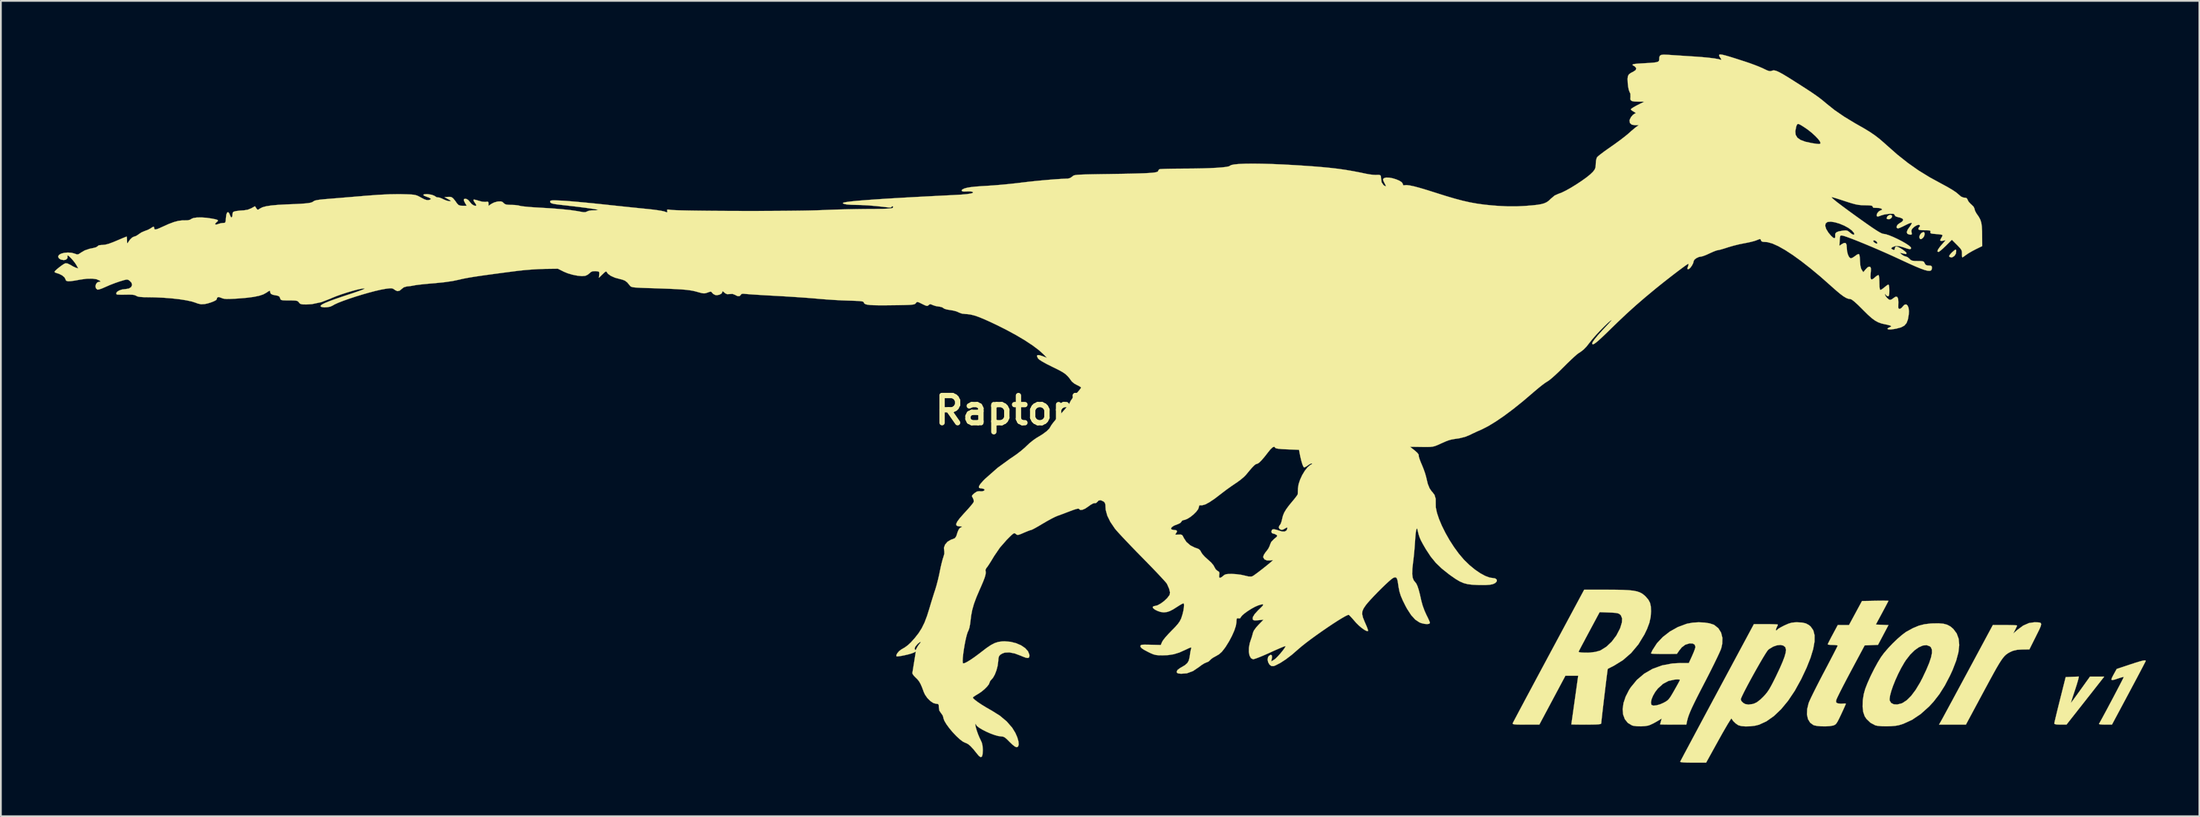
<source format=kicad_pcb>
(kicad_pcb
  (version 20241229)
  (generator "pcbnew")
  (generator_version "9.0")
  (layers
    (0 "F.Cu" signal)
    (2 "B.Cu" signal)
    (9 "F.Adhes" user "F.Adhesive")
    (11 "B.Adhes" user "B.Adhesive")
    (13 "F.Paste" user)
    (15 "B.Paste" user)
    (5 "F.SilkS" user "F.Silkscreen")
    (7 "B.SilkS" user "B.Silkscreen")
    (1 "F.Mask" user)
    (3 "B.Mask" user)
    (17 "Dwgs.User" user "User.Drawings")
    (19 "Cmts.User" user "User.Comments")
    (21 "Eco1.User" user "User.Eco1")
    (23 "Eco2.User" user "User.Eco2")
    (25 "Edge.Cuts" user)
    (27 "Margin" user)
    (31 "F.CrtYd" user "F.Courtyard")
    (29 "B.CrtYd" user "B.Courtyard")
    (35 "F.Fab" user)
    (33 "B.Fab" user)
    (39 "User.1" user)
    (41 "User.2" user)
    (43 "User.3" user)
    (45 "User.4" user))
  (footprint "RaptorFeathered"
    (layer "F.Cu")
    (at 58.73 19.976)
    (property "Reference" "RaptorFeathered" (at 0 0 0) (layer "F.SilkS") (effects (font (size 1.524 1.524) (thickness 0.3))))
    (attr through_hole)
    (fp_poly (pts (xy 44.286 -10.943) (xy 44.3 -10.873) (xy 44.259 -10.794) (xy 44.174 -10.738) (xy 44.133 -10.728) (xy 44.021 -10.737) (xy 43.993 -10.781) (xy 44.037 -10.891) (xy 44.145 -10.962) (xy 44.21 -10.973) (xy 44.286 -10.943)) (stroke (width 0.01) (type solid)) (fill yes) (layer "F.SilkS"))
    (fp_poly (pts (xy 46.116 -9.969) (xy 46.123 -9.876) (xy 46.092 -9.767) (xy 46.033 -9.685) (xy 45.944 -9.615) (xy 45.888 -9.61) (xy 45.855 -9.635) (xy 45.824 -9.728) (xy 45.858 -9.843) (xy 45.935 -9.947) (xy 46.038 -10.004) (xy 46.067 -10.008) (xy 46.116 -9.969)) (stroke (width 0.01) (type solid)) (fill yes) (layer "F.SilkS"))
    (fp_poly (pts (xy 47.885 -9.002) (xy 47.896 -8.948) (xy 47.877 -8.799) (xy 47.795 -8.669) (xy 47.676 -8.593) (xy 47.624 -8.585) (xy 47.525 -8.61) (xy 47.498 -8.656) (xy 47.534 -8.729) (xy 47.625 -8.834) (xy 47.688 -8.895) (xy 47.801 -8.991) (xy 47.86 -9.025) (xy 47.885 -9.002)) (stroke (width 0.01) (type solid)) (fill yes) (layer "F.SilkS"))
    (fp_poly (pts (xy 54.736 15.09) (xy 54.706 15.201) (xy 54.652 15.382) (xy 54.58 15.608) (xy 54.507 15.829) (xy 54.433 16.052) (xy 54.374 16.236) (xy 54.336 16.361) (xy 54.325 16.408) (xy 54.325 16.408) (xy 54.357 16.369) (xy 54.439 16.26) (xy 54.56 16.095) (xy 54.711 15.887) (xy 54.866 15.672) (xy 55.394 14.935) (xy 56.192 14.935) (xy 55.922 15.281) (xy 55.813 15.42) (xy 55.653 15.623) (xy 55.457 15.874) (xy 55.235 16.155) (xy 55.002 16.452) (xy 54.864 16.627) (xy 54.077 17.628) (xy 53.734 17.628) (xy 53.532 17.621) (xy 53.422 17.598) (xy 53.392 17.564) (xy 53.405 17.499) (xy 53.439 17.35) (xy 53.491 17.13) (xy 53.558 16.853) (xy 53.637 16.533) (xy 53.713 16.231) (xy 54.032 14.961) (xy 54.402 14.946) (xy 54.771 14.931) (xy 54.736 15.09)) (stroke (width 0.01) (type solid)) (fill yes) (layer "F.SilkS"))
    (fp_poly (pts (xy 58.517 14.037) (xy 58.522 14.051) (xy 58.498 14.101) (xy 58.432 14.23) (xy 58.328 14.43) (xy 58.192 14.69) (xy 58.028 15.001) (xy 57.841 15.352) (xy 57.637 15.735) (xy 57.574 15.854) (xy 56.626 17.628) (xy 56.25 17.628) (xy 56.073 17.623) (xy 55.947 17.611) (xy 55.896 17.593) (xy 55.896 17.59) (xy 55.967 17.466) (xy 56.069 17.28) (xy 56.196 17.046) (xy 56.341 16.776) (xy 56.496 16.484) (xy 56.656 16.184) (xy 56.811 15.889) (xy 56.956 15.612) (xy 57.083 15.367) (xy 57.186 15.168) (xy 57.256 15.027) (xy 57.288 14.959) (xy 57.288 14.955) (xy 57.234 14.96) (xy 57.112 14.992) (xy 56.973 15.037) (xy 56.764 15.105) (xy 56.641 15.13) (xy 56.595 15.103) (xy 56.616 15.017) (xy 56.694 14.863) (xy 56.717 14.822) (xy 56.892 14.505) (xy 57.617 14.263) (xy 57.95 14.154) (xy 58.197 14.079) (xy 58.368 14.036) (xy 58.471 14.023) (xy 58.517 14.037)) (stroke (width 0.01) (type solid)) (fill yes) (layer "F.SilkS"))
    (fp_poly (pts (xy 52.439 11.889) (xy 52.564 11.899) (xy 52.636 11.93) (xy 52.658 11.996) (xy 52.631 12.11) (xy 52.556 12.284) (xy 52.435 12.53) (xy 52.36 12.68) (xy 51.995 13.411) (xy 51.614 13.412) (xy 51.311 13.43) (xy 51.079 13.486) (xy 51.017 13.511) (xy 50.9 13.566) (xy 50.798 13.622) (xy 50.703 13.689) (xy 50.611 13.774) (xy 50.515 13.886) (xy 50.409 14.034) (xy 50.287 14.227) (xy 50.143 14.472) (xy 49.972 14.779) (xy 49.766 15.156) (xy 49.52 15.612) (xy 49.44 15.76) (xy 48.438 17.627) (xy 47.684 17.627) (xy 46.93 17.628) (xy 47.054 17.412) (xy 47.101 17.328) (xy 47.191 17.163) (xy 47.319 16.926) (xy 47.481 16.626) (xy 47.673 16.272) (xy 47.888 15.872) (xy 48.123 15.436) (xy 48.373 14.972) (xy 48.564 14.618) (xy 49.949 12.04) (xy 50.628 12.04) (xy 50.878 12.042) (xy 51.086 12.047) (xy 51.235 12.055) (xy 51.305 12.064) (xy 51.308 12.067) (xy 51.287 12.125) (xy 51.233 12.24) (xy 51.201 12.305) (xy 51.093 12.516) (xy 51.329 12.308) (xy 51.652 12.071) (xy 51.971 11.93) (xy 52.26 11.888) (xy 52.439 11.889)) (stroke (width 0.01) (type solid)) (fill yes) (layer "F.SilkS"))
    (fp_poly (pts (xy 43.998 10.676) (xy 44.085 10.68) (xy 44.094 10.682) (xy 44.072 10.731) (xy 44.009 10.852) (xy 43.915 11.031) (xy 43.798 11.25) (xy 43.741 11.357) (xy 43.387 12.014) (xy 43.741 12.029) (xy 44.096 12.044) (xy 43.803 12.598) (xy 43.51 13.152) (xy 42.762 13.183) (xy 41.978 14.649) (xy 41.787 15.009) (xy 41.611 15.346) (xy 41.456 15.647) (xy 41.328 15.902) (xy 41.233 16.098) (xy 41.177 16.224) (xy 41.165 16.26) (xy 41.158 16.367) (xy 41.212 16.419) (xy 41.27 16.437) (xy 41.423 16.455) (xy 41.555 16.448) (xy 41.661 16.441) (xy 41.708 16.455) (xy 41.708 16.455) (xy 41.688 16.51) (xy 41.632 16.638) (xy 41.55 16.82) (xy 41.449 17.038) (xy 41.441 17.056) (xy 41.326 17.296) (xy 41.241 17.461) (xy 41.173 17.565) (xy 41.11 17.627) (xy 41.041 17.663) (xy 40.996 17.678) (xy 40.812 17.71) (xy 40.577 17.725) (xy 40.327 17.722) (xy 40.097 17.702) (xy 39.923 17.666) (xy 39.892 17.654) (xy 39.707 17.521) (xy 39.584 17.319) (xy 39.527 17.059) (xy 39.539 16.755) (xy 39.621 16.419) (xy 39.669 16.303) (xy 39.758 16.11) (xy 39.882 15.855) (xy 40.034 15.551) (xy 40.207 15.212) (xy 40.394 14.851) (xy 40.484 14.681) (xy 40.669 14.329) (xy 40.838 14.005) (xy 40.986 13.721) (xy 41.106 13.487) (xy 41.193 13.315) (xy 41.241 13.216) (xy 41.249 13.195) (xy 41.203 13.174) (xy 41.085 13.161) (xy 40.97 13.157) (xy 40.817 13.152) (xy 40.716 13.138) (xy 40.691 13.124) (xy 40.713 13.069) (xy 40.775 12.944) (xy 40.866 12.767) (xy 40.973 12.566) (xy 41.255 12.04) (xy 41.57 12.039) (xy 41.885 12.039) (xy 42.612 10.693) (xy 43.353 10.679) (xy 43.614 10.675) (xy 43.835 10.674) (xy 43.998 10.676)) (stroke (width 0.01) (type solid)) (fill yes) (layer "F.SilkS"))
    (fp_poly (pts (xy 47.177 11.967) (xy 47.391 12.025) (xy 47.571 12.122) (xy 47.733 12.261) (xy 47.92 12.511) (xy 48.031 12.811) (xy 48.063 13.164) (xy 48.018 13.571) (xy 47.894 14.035) (xy 47.692 14.56) (xy 47.549 14.872) (xy 47.255 15.436) (xy 46.951 15.918) (xy 46.623 16.341) (xy 46.372 16.613) (xy 45.903 17.033) (xy 45.424 17.355) (xy 44.929 17.582) (xy 44.679 17.66) (xy 44.489 17.694) (xy 44.244 17.715) (xy 43.976 17.723) (xy 43.716 17.717) (xy 43.496 17.697) (xy 43.358 17.668) (xy 43.087 17.523) (xy 42.861 17.306) (xy 42.762 17.155) (xy 42.681 16.917) (xy 42.646 16.614) (xy 42.656 16.272) (xy 42.668 16.194) (xy 44.158 16.194) (xy 44.165 16.278) (xy 44.246 16.413) (xy 44.393 16.487) (xy 44.589 16.498) (xy 44.818 16.442) (xy 44.884 16.415) (xy 45.123 16.26) (xy 45.371 16.012) (xy 45.622 15.677) (xy 45.871 15.264) (xy 46.002 15.012) (xy 46.22 14.55) (xy 46.381 14.166) (xy 46.485 13.853) (xy 46.535 13.607) (xy 46.532 13.421) (xy 46.476 13.29) (xy 46.42 13.236) (xy 46.24 13.169) (xy 46.029 13.188) (xy 45.798 13.288) (xy 45.555 13.461) (xy 45.311 13.703) (xy 45.076 14.005) (xy 44.986 14.144) (xy 44.808 14.452) (xy 44.64 14.782) (xy 44.487 15.119) (xy 44.356 15.445) (xy 44.253 15.744) (xy 44.185 16) (xy 44.158 16.194) (xy 42.668 16.194) (xy 42.711 15.918) (xy 42.79 15.633) (xy 42.921 15.296) (xy 43.093 14.911) (xy 43.291 14.514) (xy 43.495 14.139) (xy 43.675 13.844) (xy 43.848 13.61) (xy 44.072 13.348) (xy 44.327 13.079) (xy 44.592 12.823) (xy 44.846 12.602) (xy 45.067 12.437) (xy 45.123 12.403) (xy 45.48 12.209) (xy 45.799 12.077) (xy 46.116 11.996) (xy 46.463 11.955) (xy 46.558 11.95) (xy 46.906 11.944) (xy 47.177 11.967)) (stroke (width 0.01) (type solid)) (fill yes) (layer "F.SilkS"))
    (fp_poly (pts (xy 28.832 10.061) (xy 29.228 10.07) (xy 29.547 10.087) (xy 29.802 10.115) (xy 30.004 10.156) (xy 30.166 10.213) (xy 30.301 10.287) (xy 30.419 10.381) (xy 30.49 10.45) (xy 30.637 10.622) (xy 30.727 10.793) (xy 30.772 10.995) (xy 30.785 11.263) (xy 30.785 11.272) (xy 30.762 11.597) (xy 30.69 11.919) (xy 30.56 12.265) (xy 30.413 12.571) (xy 30.074 13.127) (xy 29.671 13.608) (xy 29.21 14.01) (xy 28.695 14.328) (xy 28.677 14.337) (xy 28.521 14.416) (xy 28.406 14.475) (xy 28.358 14.502) (xy 28.349 14.553) (xy 28.331 14.69) (xy 28.304 14.897) (xy 28.271 15.16) (xy 28.234 15.464) (xy 28.194 15.794) (xy 28.153 16.135) (xy 28.113 16.471) (xy 28.076 16.787) (xy 28.044 17.069) (xy 28.018 17.302) (xy 28 17.47) (xy 27.992 17.558) (xy 27.992 17.564) (xy 27.966 17.589) (xy 27.882 17.607) (xy 27.73 17.619) (xy 27.499 17.625) (xy 27.177 17.628) (xy 27.153 17.628) (xy 26.874 17.627) (xy 26.635 17.625) (xy 26.451 17.622) (xy 26.341 17.618) (xy 26.316 17.615) (xy 26.324 17.563) (xy 26.343 17.424) (xy 26.374 17.211) (xy 26.412 16.936) (xy 26.458 16.613) (xy 26.508 16.255) (xy 26.51 16.243) (xy 26.701 14.884) (xy 26.343 14.885) (xy 25.984 14.886) (xy 25.253 16.257) (xy 24.522 17.628) (xy 23.762 17.628) (xy 23.469 17.627) (xy 23.264 17.623) (xy 23.131 17.614) (xy 23.059 17.6) (xy 23.03 17.577) (xy 23.033 17.545) (xy 23.034 17.542) (xy 23.063 17.485) (xy 23.136 17.345) (xy 23.25 17.13) (xy 23.401 16.845) (xy 23.586 16.498) (xy 23.8 16.095) (xy 24.042 15.644) (xy 24.305 15.151) (xy 24.588 14.622) (xy 24.887 14.065) (xy 25.052 13.757) (xy 25.168 13.541) (xy 26.721 13.541) (xy 26.768 13.566) (xy 26.894 13.583) (xy 27.077 13.591) (xy 27.296 13.589) (xy 27.367 13.585) (xy 27.662 13.549) (xy 27.908 13.481) (xy 27.959 13.46) (xy 28.283 13.257) (xy 28.583 12.973) (xy 28.842 12.628) (xy 29.043 12.241) (xy 29.067 12.179) (xy 29.152 11.893) (xy 29.163 11.671) (xy 29.1 11.507) (xy 29.066 11.466) (xy 29.003 11.415) (xy 28.92 11.381) (xy 28.796 11.359) (xy 28.609 11.345) (xy 28.43 11.337) (xy 27.904 11.317) (xy 27.312 12.421) (xy 27.149 12.726) (xy 27.004 13) (xy 26.881 13.23) (xy 26.79 13.405) (xy 26.734 13.512) (xy 26.721 13.541) (xy 25.168 13.541) (xy 27.037 10.058) (xy 28.347 10.058) (xy 28.832 10.061)) (stroke (width 0.01) (type solid)) (fill yes) (layer "F.SilkS"))
    (fp_poly (pts (xy 39.253 11.901) (xy 39.465 11.95) (xy 39.636 12.042) (xy 39.736 12.127) (xy 39.882 12.336) (xy 39.954 12.615) (xy 39.952 12.964) (xy 39.877 13.383) (xy 39.729 13.872) (xy 39.507 14.431) (xy 39.212 15.059) (xy 39.191 15.1) (xy 38.841 15.733) (xy 38.469 16.288) (xy 38.079 16.76) (xy 37.676 17.144) (xy 37.265 17.435) (xy 36.848 17.63) (xy 36.843 17.632) (xy 36.615 17.689) (xy 36.352 17.721) (xy 36.089 17.729) (xy 35.855 17.71) (xy 35.684 17.664) (xy 35.672 17.658) (xy 35.529 17.56) (xy 35.397 17.433) (xy 35.31 17.311) (xy 35.299 17.282) (xy 35.27 17.307) (xy 35.2 17.412) (xy 35.093 17.584) (xy 34.957 17.815) (xy 34.797 18.093) (xy 34.62 18.409) (xy 34.576 18.488) (xy 33.873 19.761) (xy 33.138 19.761) (xy 32.823 19.758) (xy 32.595 19.748) (xy 32.459 19.732) (xy 32.419 19.71) (xy 32.445 19.658) (xy 32.516 19.524) (xy 32.627 19.313) (xy 32.777 19.033) (xy 32.96 18.689) (xy 33.174 18.289) (xy 33.414 17.839) (xy 33.678 17.345) (xy 33.962 16.815) (xy 34.263 16.254) (xy 34.284 16.216) (xy 35.814 16.216) (xy 35.856 16.313) (xy 35.958 16.413) (xy 36.068 16.474) (xy 36.244 16.504) (xy 36.467 16.474) (xy 36.549 16.453) (xy 36.715 16.376) (xy 36.91 16.226) (xy 37.067 16.075) (xy 37.193 15.941) (xy 37.302 15.805) (xy 37.406 15.651) (xy 37.517 15.457) (xy 37.648 15.206) (xy 37.787 14.925) (xy 37.999 14.478) (xy 38.159 14.111) (xy 38.27 13.818) (xy 38.334 13.591) (xy 38.354 13.431) (xy 38.314 13.285) (xy 38.205 13.194) (xy 38.045 13.158) (xy 37.849 13.177) (xy 37.635 13.25) (xy 37.42 13.379) (xy 37.356 13.429) (xy 37.296 13.503) (xy 37.199 13.651) (xy 37.071 13.86) (xy 36.92 14.116) (xy 36.755 14.404) (xy 36.582 14.711) (xy 36.41 15.023) (xy 36.246 15.326) (xy 36.098 15.606) (xy 35.973 15.85) (xy 35.88 16.043) (xy 35.825 16.172) (xy 35.814 16.216) (xy 34.284 16.216) (xy 34.493 15.825) (xy 36.551 11.991) (xy 37.224 11.99) (xy 37.472 11.991) (xy 37.679 11.997) (xy 37.826 12.004) (xy 37.894 12.014) (xy 37.897 12.017) (xy 37.876 12.077) (xy 37.824 12.185) (xy 37.819 12.195) (xy 37.785 12.295) (xy 37.797 12.348) (xy 37.841 12.332) (xy 37.874 12.289) (xy 37.934 12.242) (xy 38.061 12.167) (xy 38.231 12.079) (xy 38.27 12.06) (xy 38.487 11.964) (xy 38.665 11.911) (xy 38.849 11.89) (xy 38.972 11.887) (xy 39.253 11.901)) (stroke (width 0.01) (type solid)) (fill yes) (layer "F.SilkS"))
    (fp_poly (pts (xy 33.773 11.901) (xy 34.064 11.945) (xy 34.294 12.02) (xy 34.331 12.039) (xy 34.56 12.223) (xy 34.713 12.468) (xy 34.786 12.763) (xy 34.776 13.1) (xy 34.723 13.339) (xy 34.679 13.455) (xy 34.594 13.647) (xy 34.473 13.904) (xy 34.323 14.213) (xy 34.15 14.561) (xy 33.961 14.935) (xy 33.799 15.249) (xy 33.557 15.716) (xy 33.359 16.104) (xy 33.2 16.425) (xy 33.074 16.689) (xy 32.978 16.908) (xy 32.905 17.091) (xy 32.851 17.251) (xy 32.812 17.397) (xy 32.792 17.488) (xy 32.764 17.628) (xy 32.028 17.628) (xy 31.768 17.627) (xy 31.548 17.624) (xy 31.387 17.621) (xy 31.302 17.617) (xy 31.293 17.615) (xy 31.305 17.562) (xy 31.336 17.453) (xy 31.338 17.444) (xy 31.383 17.286) (xy 31.099 17.457) (xy 30.918 17.557) (xy 30.741 17.64) (xy 30.634 17.679) (xy 30.452 17.71) (xy 30.226 17.724) (xy 29.996 17.719) (xy 29.803 17.695) (xy 29.718 17.672) (xy 29.482 17.529) (xy 29.316 17.322) (xy 29.22 17.061) (xy 29.195 16.758) (xy 29.241 16.421) (xy 29.254 16.382) (xy 30.78 16.382) (xy 30.802 16.505) (xy 30.819 16.527) (xy 30.918 16.562) (xy 31.081 16.548) (xy 31.282 16.492) (xy 31.475 16.409) (xy 31.605 16.339) (xy 31.705 16.271) (xy 31.79 16.185) (xy 31.879 16.061) (xy 31.988 15.881) (xy 32.08 15.72) (xy 32.2 15.508) (xy 32.301 15.325) (xy 32.373 15.192) (xy 32.404 15.128) (xy 32.404 15.128) (xy 32.377 15.098) (xy 32.26 15.091) (xy 32.112 15.101) (xy 31.766 15.176) (xy 31.456 15.34) (xy 31.17 15.598) (xy 31.169 15.599) (xy 31.017 15.796) (xy 30.896 16.006) (xy 30.814 16.208) (xy 30.78 16.382) (xy 29.254 16.382) (xy 29.359 16.063) (xy 29.548 15.691) (xy 29.642 15.545) (xy 29.99 15.12) (xy 30.404 14.769) (xy 30.878 14.496) (xy 31.405 14.305) (xy 31.979 14.197) (xy 32.426 14.173) (xy 32.904 14.173) (xy 33.089 13.769) (xy 33.173 13.574) (xy 33.237 13.405) (xy 33.271 13.29) (xy 33.274 13.267) (xy 33.232 13.141) (xy 33.116 13.074) (xy 32.938 13.072) (xy 32.706 13.144) (xy 32.512 13.288) (xy 32.37 13.463) (xy 32.233 13.661) (xy 31.509 13.663) (xy 31.251 13.662) (xy 31.033 13.658) (xy 30.874 13.65) (xy 30.792 13.641) (xy 30.785 13.637) (xy 30.806 13.578) (xy 30.857 13.468) (xy 30.868 13.447) (xy 31.116 13.062) (xy 31.448 12.71) (xy 31.844 12.403) (xy 32.289 12.154) (xy 32.764 11.978) (xy 32.821 11.962) (xy 33.122 11.907) (xy 33.449 11.887) (xy 33.773 11.901)) (stroke (width 0.01) (type solid)) (fill yes) (layer "F.SilkS"))
    (fp_poly (pts (xy 34.776 -19.958) (xy 34.945 -19.917) (xy 35.183 -19.849) (xy 35.498 -19.751) (xy 35.898 -19.622) (xy 36.037 -19.578) (xy 36.325 -19.48) (xy 36.613 -19.374) (xy 36.869 -19.273) (xy 37.064 -19.187) (xy 37.089 -19.174) (xy 37.277 -19.085) (xy 37.403 -19.04) (xy 37.492 -19.035) (xy 37.556 -19.055) (xy 37.629 -19.076) (xy 37.715 -19.074) (xy 37.826 -19.042) (xy 37.973 -18.975) (xy 38.168 -18.869) (xy 38.421 -18.717) (xy 38.744 -18.515) (xy 38.83 -18.46) (xy 39.227 -18.207) (xy 39.549 -17.999) (xy 39.811 -17.826) (xy 40.026 -17.678) (xy 40.206 -17.548) (xy 40.363 -17.426) (xy 40.513 -17.304) (xy 40.615 -17.216) (xy 41.069 -16.853) (xy 41.608 -16.482) (xy 42.215 -16.114) (xy 42.367 -16.028) (xy 42.749 -15.81) (xy 43.063 -15.618) (xy 43.335 -15.432) (xy 43.589 -15.236) (xy 43.85 -15.011) (xy 43.985 -14.889) (xy 44.595 -14.351) (xy 45.185 -13.883) (xy 45.781 -13.464) (xy 46.413 -13.075) (xy 47.062 -12.721) (xy 47.398 -12.539) (xy 47.678 -12.374) (xy 47.887 -12.234) (xy 48.009 -12.132) (xy 48.163 -11.999) (xy 48.298 -11.942) (xy 48.35 -11.938) (xy 48.469 -11.918) (xy 48.526 -11.842) (xy 48.534 -11.813) (xy 48.594 -11.705) (xy 48.704 -11.586) (xy 48.743 -11.553) (xy 48.866 -11.432) (xy 48.92 -11.319) (xy 48.92 -11.307) (xy 48.95 -11.197) (xy 49.024 -11.06) (xy 49.051 -11.021) (xy 49.167 -10.852) (xy 49.249 -10.696) (xy 49.301 -10.527) (xy 49.331 -10.32) (xy 49.345 -10.052) (xy 49.347 -9.855) (xy 49.352 -9.22) (xy 48.989 -9.042) (xy 48.787 -8.936) (xy 48.595 -8.825) (xy 48.454 -8.73) (xy 48.447 -8.725) (xy 48.332 -8.641) (xy 48.254 -8.591) (xy 48.238 -8.585) (xy 48.222 -8.63) (xy 48.217 -8.743) (xy 48.218 -8.792) (xy 48.215 -8.903) (xy 48.188 -8.996) (xy 48.12 -9.095) (xy 47.997 -9.227) (xy 47.939 -9.286) (xy 47.651 -9.574) (xy 47.307 -9.232) (xy 47.151 -9.084) (xy 47.018 -8.968) (xy 46.926 -8.901) (xy 46.9 -8.89) (xy 46.842 -8.92) (xy 46.864 -9.009) (xy 46.966 -9.159) (xy 47.07 -9.284) (xy 47.302 -9.549) (xy 47.146 -9.518) (xy 47.03 -9.509) (xy 46.996 -9.55) (xy 47.041 -9.649) (xy 47.071 -9.695) (xy 47.12 -9.789) (xy 47.12 -9.844) (xy 47.056 -9.863) (xy 46.921 -9.883) (xy 46.755 -9.897) (xy 46.577 -9.912) (xy 46.48 -9.932) (xy 46.444 -9.965) (xy 46.448 -10.014) (xy 46.451 -10.064) (xy 46.416 -10.093) (xy 46.323 -10.106) (xy 46.15 -10.109) (xy 46.122 -10.109) (xy 45.928 -10.114) (xy 45.818 -10.132) (xy 45.774 -10.165) (xy 45.771 -10.182) (xy 45.802 -10.269) (xy 45.822 -10.287) (xy 45.871 -10.352) (xy 45.834 -10.403) (xy 45.775 -10.414) (xy 45.675 -10.383) (xy 45.549 -10.305) (xy 45.518 -10.28) (xy 45.415 -10.179) (xy 45.382 -10.088) (xy 45.392 -9.997) (xy 45.407 -9.893) (xy 45.37 -9.859) (xy 45.281 -9.864) (xy 45.158 -9.909) (xy 45.123 -10.003) (xy 45.175 -10.145) (xy 45.262 -10.268) (xy 45.351 -10.393) (xy 45.401 -10.49) (xy 45.405 -10.521) (xy 45.355 -10.525) (xy 45.239 -10.485) (xy 45.079 -10.41) (xy 45.045 -10.392) (xy 44.87 -10.305) (xy 44.724 -10.24) (xy 44.634 -10.211) (xy 44.627 -10.211) (xy 44.56 -10.243) (xy 44.555 -10.32) (xy 44.603 -10.412) (xy 44.695 -10.486) (xy 44.86 -10.59) (xy 44.924 -10.681) (xy 44.888 -10.757) (xy 44.752 -10.817) (xy 44.641 -10.841) (xy 44.505 -10.884) (xy 44.45 -10.944) (xy 44.45 -10.95) (xy 44.408 -11.016) (xy 44.361 -11.031) (xy 44.12 -11.029) (xy 43.873 -10.994) (xy 43.694 -10.942) (xy 43.546 -10.887) (xy 43.467 -10.879) (xy 43.437 -10.922) (xy 43.434 -10.965) (xy 43.473 -11.072) (xy 43.562 -11.173) (xy 43.665 -11.226) (xy 43.679 -11.227) (xy 43.735 -11.26) (xy 43.739 -11.277) (xy 43.692 -11.326) (xy 43.57 -11.357) (xy 43.395 -11.364) (xy 43.358 -11.363) (xy 43.243 -11.374) (xy 43.21 -11.429) (xy 43.21 -11.43) (xy 43.195 -11.468) (xy 43.13 -11.492) (xy 43 -11.505) (xy 42.786 -11.51) (xy 42.779 -11.51) (xy 42.587 -11.515) (xy 42.416 -11.532) (xy 42.238 -11.566) (xy 42.029 -11.623) (xy 41.761 -11.707) (xy 41.633 -11.749) (xy 41.383 -11.831) (xy 41.169 -11.898) (xy 41.008 -11.946) (xy 40.919 -11.968) (xy 40.907 -11.968) (xy 40.933 -11.924) (xy 41.042 -11.824) (xy 41.234 -11.669) (xy 41.508 -11.461) (xy 41.862 -11.199) (xy 42.295 -10.885) (xy 42.53 -10.717) (xy 42.896 -10.457) (xy 43.19 -10.253) (xy 43.419 -10.102) (xy 43.591 -9.997) (xy 43.715 -9.934) (xy 43.797 -9.907) (xy 43.815 -9.906) (xy 43.951 -9.883) (xy 44.14 -9.821) (xy 44.363 -9.73) (xy 44.601 -9.619) (xy 44.836 -9.499) (xy 45.048 -9.378) (xy 45.219 -9.266) (xy 45.331 -9.173) (xy 45.364 -9.115) (xy 45.35 -9.064) (xy 45.295 -9.048) (xy 45.184 -9.069) (xy 45 -9.128) (xy 44.931 -9.152) (xy 44.686 -9.221) (xy 44.496 -9.226) (xy 44.333 -9.167) (xy 44.298 -9.144) (xy 44.247 -9.096) (xy 44.287 -9.05) (xy 44.298 -9.043) (xy 44.397 -8.996) (xy 44.443 -9.03) (xy 44.45 -9.093) (xy 44.486 -9.179) (xy 44.546 -9.195) (xy 44.637 -9.168) (xy 44.766 -9.101) (xy 44.905 -9.012) (xy 45.025 -8.921) (xy 45.1 -8.844) (xy 45.111 -8.814) (xy 45.075 -8.771) (xy 45.066 -8.772) (xy 44.997 -8.788) (xy 44.881 -8.813) (xy 44.729 -8.846) (xy 44.849 -8.741) (xy 44.965 -8.666) (xy 45.066 -8.636) (xy 45.164 -8.6) (xy 45.27 -8.512) (xy 45.272 -8.509) (xy 45.344 -8.44) (xy 45.429 -8.402) (xy 45.557 -8.385) (xy 45.73 -8.382) (xy 45.916 -8.379) (xy 46.026 -8.365) (xy 46.085 -8.332) (xy 46.12 -8.271) (xy 46.126 -8.255) (xy 46.183 -8.165) (xy 46.282 -8.131) (xy 46.354 -8.128) (xy 46.474 -8.119) (xy 46.524 -8.077) (xy 46.533 -7.999) (xy 46.521 -7.912) (xy 46.482 -7.854) (xy 46.406 -7.829) (xy 46.287 -7.837) (xy 46.117 -7.881) (xy 45.888 -7.964) (xy 45.592 -8.086) (xy 45.223 -8.251) (xy 44.772 -8.46) (xy 44.71 -8.489) (xy 44.339 -8.66) (xy 43.945 -8.837) (xy 43.54 -9.014) (xy 43.139 -9.186) (xy 42.753 -9.347) (xy 42.395 -9.493) (xy 42.297 -9.532) (xy 43.246 -9.532) (xy 43.25 -9.476) (xy 43.304 -9.419) (xy 43.412 -9.357) (xy 43.472 -9.358) (xy 43.473 -9.407) (xy 43.415 -9.486) (xy 43.327 -9.537) (xy 43.253 -9.537) (xy 43.246 -9.532) (xy 42.297 -9.532) (xy 42.078 -9.618) (xy 41.816 -9.716) (xy 41.62 -9.783) (xy 41.504 -9.813) (xy 41.504 -9.813) (xy 41.432 -9.816) (xy 41.392 -9.786) (xy 41.373 -9.699) (xy 41.361 -9.535) (xy 41.361 -9.533) (xy 41.346 -9.236) (xy 41.461 -9.317) (xy 41.605 -9.396) (xy 41.697 -9.391) (xy 41.746 -9.296) (xy 41.758 -9.142) (xy 41.775 -8.929) (xy 41.823 -8.741) (xy 41.891 -8.602) (xy 41.971 -8.537) (xy 41.989 -8.534) (xy 42.08 -8.565) (xy 42.2 -8.642) (xy 42.227 -8.664) (xy 42.338 -8.742) (xy 42.423 -8.775) (xy 42.437 -8.774) (xy 42.469 -8.714) (xy 42.491 -8.572) (xy 42.5 -8.392) (xy 42.518 -8.134) (xy 42.562 -7.956) (xy 42.596 -7.892) (xy 42.686 -7.755) (xy 42.824 -7.924) (xy 42.942 -8.04) (xy 43.035 -8.065) (xy 43.047 -8.061) (xy 43.093 -8.028) (xy 43.113 -7.96) (xy 43.11 -7.831) (xy 43.099 -7.704) (xy 43.087 -7.492) (xy 43.108 -7.374) (xy 43.165 -7.344) (xy 43.263 -7.399) (xy 43.337 -7.465) (xy 43.444 -7.552) (xy 43.524 -7.592) (xy 43.542 -7.591) (xy 43.563 -7.53) (xy 43.578 -7.395) (xy 43.586 -7.21) (xy 43.586 -7.16) (xy 43.593 -6.931) (xy 43.614 -6.795) (xy 43.643 -6.756) (xy 43.713 -6.788) (xy 43.823 -6.866) (xy 43.874 -6.909) (xy 43.988 -7.001) (xy 44.075 -7.055) (xy 44.096 -7.061) (xy 44.121 -7.015) (xy 44.139 -6.894) (xy 44.145 -6.731) (xy 44.14 -6.544) (xy 44.121 -6.441) (xy 44.084 -6.402) (xy 44.072 -6.401) (xy 43.987 -6.44) (xy 43.946 -6.49) (xy 43.905 -6.538) (xy 43.893 -6.522) (xy 43.926 -6.429) (xy 44.009 -6.319) (xy 44.108 -6.23) (xy 44.184 -6.198) (xy 44.279 -6.23) (xy 44.375 -6.301) (xy 44.497 -6.381) (xy 44.587 -6.368) (xy 44.639 -6.264) (xy 44.651 -6.076) (xy 44.646 -5.914) (xy 44.645 -5.79) (xy 44.647 -5.753) (xy 44.686 -5.694) (xy 44.764 -5.704) (xy 44.854 -5.774) (xy 44.886 -5.817) (xy 44.99 -5.928) (xy 45.087 -5.948) (xy 45.166 -5.887) (xy 45.222 -5.756) (xy 45.244 -5.564) (xy 45.234 -5.388) (xy 45.186 -5.104) (xy 45.109 -4.9) (xy 44.987 -4.758) (xy 44.804 -4.66) (xy 44.541 -4.59) (xy 44.43 -4.569) (xy 44.226 -4.543) (xy 44.094 -4.546) (xy 44.04 -4.573) (xy 44.073 -4.62) (xy 44.199 -4.683) (xy 44.221 -4.691) (xy 44.254 -4.726) (xy 44.187 -4.765) (xy 44.022 -4.809) (xy 43.914 -4.831) (xy 43.705 -4.878) (xy 43.52 -4.945) (xy 43.343 -5.042) (xy 43.155 -5.181) (xy 42.939 -5.373) (xy 42.679 -5.63) (xy 42.639 -5.671) (xy 42.381 -5.927) (xy 42.179 -6.11) (xy 42.038 -6.217) (xy 41.964 -6.248) (xy 41.853 -6.262) (xy 41.728 -6.31) (xy 41.579 -6.398) (xy 41.394 -6.535) (xy 41.162 -6.729) (xy 40.871 -6.986) (xy 40.843 -7.012) (xy 40.269 -7.519) (xy 39.722 -7.974) (xy 39.209 -8.375) (xy 38.735 -8.718) (xy 38.304 -8.999) (xy 37.921 -9.215) (xy 37.592 -9.363) (xy 37.322 -9.439) (xy 37.208 -9.449) (xy 37.055 -9.458) (xy 36.977 -9.491) (xy 36.948 -9.545) (xy 36.927 -9.602) (xy 36.886 -9.616) (xy 36.797 -9.587) (xy 36.711 -9.551) (xy 36.565 -9.501) (xy 36.354 -9.447) (xy 36.116 -9.397) (xy 36.017 -9.379) (xy 35.732 -9.322) (xy 35.416 -9.244) (xy 35.129 -9.161) (xy 35.081 -9.145) (xy 34.871 -9.078) (xy 34.691 -9.025) (xy 34.566 -8.996) (xy 34.533 -8.992) (xy 34.444 -8.97) (xy 34.295 -8.914) (xy 34.113 -8.833) (xy 34.073 -8.814) (xy 33.888 -8.73) (xy 33.729 -8.667) (xy 33.624 -8.637) (xy 33.612 -8.636) (xy 33.465 -8.609) (xy 33.321 -8.541) (xy 33.212 -8.452) (xy 33.172 -8.367) (xy 33.145 -8.257) (xy 33.077 -8.125) (xy 32.99 -8.006) (xy 32.909 -7.934) (xy 32.88 -7.925) (xy 32.83 -7.932) (xy 32.823 -7.972) (xy 32.857 -8.074) (xy 32.866 -8.099) (xy 32.891 -8.193) (xy 32.879 -8.229) (xy 32.822 -8.199) (xy 32.698 -8.114) (xy 32.519 -7.983) (xy 32.296 -7.817) (xy 32.043 -7.624) (xy 31.77 -7.412) (xy 31.491 -7.193) (xy 31.216 -6.973) (xy 31.017 -6.812) (xy 30.453 -6.343) (xy 29.943 -5.903) (xy 29.454 -5.462) (xy 28.956 -4.992) (xy 28.575 -4.623) (xy 28.271 -4.326) (xy 28.029 -4.096) (xy 27.843 -3.926) (xy 27.704 -3.81) (xy 27.606 -3.74) (xy 27.539 -3.71) (xy 27.522 -3.708) (xy 27.481 -3.74) (xy 27.513 -3.834) (xy 27.621 -3.992) (xy 27.804 -4.215) (xy 28.063 -4.503) (xy 28.293 -4.747) (xy 28.447 -4.911) (xy 28.543 -5.022) (xy 28.576 -5.072) (xy 28.542 -5.057) (xy 28.524 -5.044) (xy 28.354 -4.898) (xy 28.143 -4.696) (xy 27.913 -4.462) (xy 27.687 -4.218) (xy 27.487 -3.988) (xy 27.346 -3.81) (xy 27.166 -3.582) (xy 27.003 -3.414) (xy 26.826 -3.278) (xy 26.721 -3.212) (xy 26.629 -3.142) (xy 26.481 -3.012) (xy 26.293 -2.837) (xy 26.078 -2.631) (xy 25.865 -2.418) (xy 25.627 -2.183) (xy 25.403 -1.973) (xy 25.208 -1.801) (xy 25.056 -1.679) (xy 24.976 -1.627) (xy 24.864 -1.557) (xy 24.696 -1.434) (xy 24.491 -1.271) (xy 24.268 -1.084) (xy 24.155 -0.987) (xy 23.6 -0.513) (xy 23.064 -0.083) (xy 22.557 0.297) (xy 22.086 0.619) (xy 21.662 0.878) (xy 21.292 1.067) (xy 21.228 1.095) (xy 21.005 1.193) (xy 20.77 1.303) (xy 20.625 1.376) (xy 20.356 1.484) (xy 20.044 1.562) (xy 19.964 1.574) (xy 19.745 1.606) (xy 19.583 1.636) (xy 19.444 1.674) (xy 19.296 1.729) (xy 19.107 1.812) (xy 18.974 1.872) (xy 18.804 1.948) (xy 18.67 2) (xy 18.546 2.031) (xy 18.405 2.047) (xy 18.22 2.052) (xy 17.964 2.05) (xy 17.921 2.049) (xy 17.274 2.041) (xy 17.531 2.244) (xy 17.684 2.38) (xy 17.757 2.481) (xy 17.759 2.521) (xy 17.767 2.596) (xy 17.811 2.74) (xy 17.883 2.927) (xy 17.936 3.049) (xy 18.034 3.29) (xy 18.121 3.54) (xy 18.182 3.757) (xy 18.196 3.822) (xy 18.268 4.122) (xy 18.369 4.371) (xy 18.489 4.546) (xy 18.521 4.575) (xy 18.645 4.739) (xy 18.712 4.961) (xy 18.713 5.2) (xy 18.717 5.44) (xy 18.781 5.742) (xy 18.897 6.091) (xy 19.058 6.473) (xy 19.257 6.873) (xy 19.486 7.277) (xy 19.739 7.669) (xy 20.007 8.036) (xy 20.283 8.362) (xy 20.315 8.396) (xy 20.606 8.679) (xy 20.91 8.929) (xy 21.212 9.136) (xy 21.495 9.289) (xy 21.743 9.379) (xy 21.886 9.399) (xy 22.053 9.427) (xy 22.138 9.498) (xy 22.137 9.59) (xy 22.05 9.683) (xy 21.92 9.745) (xy 21.758 9.779) (xy 21.52 9.796) (xy 21.196 9.797) (xy 21.08 9.794) (xy 20.765 9.779) (xy 20.508 9.747) (xy 20.284 9.689) (xy 20.067 9.596) (xy 19.833 9.458) (xy 19.557 9.266) (xy 19.442 9.182) (xy 19.045 8.865) (xy 18.718 8.549) (xy 18.435 8.203) (xy 18.169 7.798) (xy 18.143 7.755) (xy 17.993 7.496) (xy 17.886 7.295) (xy 17.811 7.125) (xy 17.756 6.958) (xy 17.709 6.768) (xy 17.7 6.731) (xy 17.675 6.632) (xy 17.654 6.624) (xy 17.625 6.689) (xy 17.605 6.784) (xy 17.584 6.954) (xy 17.565 7.174) (xy 17.552 7.375) (xy 17.53 7.689) (xy 17.498 8.046) (xy 17.461 8.387) (xy 17.443 8.524) (xy 17.403 8.89) (xy 17.395 9.171) (xy 17.421 9.382) (xy 17.481 9.536) (xy 17.553 9.623) (xy 17.621 9.71) (xy 17.687 9.847) (xy 17.753 10.045) (xy 17.825 10.318) (xy 17.906 10.679) (xy 17.908 10.688) (xy 17.981 10.952) (xy 18.087 11.241) (xy 18.191 11.471) (xy 18.282 11.654) (xy 18.351 11.808) (xy 18.387 11.906) (xy 18.39 11.922) (xy 18.346 11.97) (xy 18.233 11.987) (xy 18.077 11.974) (xy 17.905 11.933) (xy 17.803 11.893) (xy 17.568 11.737) (xy 17.336 11.483) (xy 17.106 11.128) (xy 17.019 10.968) (xy 16.864 10.656) (xy 16.754 10.397) (xy 16.68 10.159) (xy 16.631 9.911) (xy 16.613 9.786) (xy 16.578 9.56) (xy 16.535 9.424) (xy 16.475 9.365) (xy 16.39 9.371) (xy 16.321 9.402) (xy 16.226 9.47) (xy 16.077 9.598) (xy 15.889 9.772) (xy 15.677 9.977) (xy 15.456 10.198) (xy 15.241 10.421) (xy 15.046 10.63) (xy 14.887 10.81) (xy 14.793 10.927) (xy 14.669 11.109) (xy 14.602 11.267) (xy 14.59 11.428) (xy 14.632 11.618) (xy 14.729 11.861) (xy 14.765 11.941) (xy 14.845 12.125) (xy 14.9 12.273) (xy 14.923 12.362) (xy 14.92 12.376) (xy 14.851 12.379) (xy 14.731 12.321) (xy 14.578 12.215) (xy 14.412 12.075) (xy 14.249 11.914) (xy 14.181 11.836) (xy 14.046 11.681) (xy 13.93 11.554) (xy 13.854 11.479) (xy 13.84 11.469) (xy 13.774 11.481) (xy 13.639 11.547) (xy 13.445 11.658) (xy 13.205 11.806) (xy 12.931 11.983) (xy 12.635 12.182) (xy 12.327 12.394) (xy 12.019 12.611) (xy 11.725 12.825) (xy 11.454 13.029) (xy 11.219 13.215) (xy 11.031 13.374) (xy 10.998 13.403) (xy 10.648 13.707) (xy 10.307 13.967) (xy 9.993 14.171) (xy 9.719 14.31) (xy 9.616 14.347) (xy 9.496 14.339) (xy 9.393 14.258) (xy 9.32 14.13) (xy 9.288 13.983) (xy 9.312 13.845) (xy 9.357 13.777) (xy 9.457 13.711) (xy 9.52 13.735) (xy 9.535 13.842) (xy 9.527 13.899) (xy 9.493 14.081) (xy 9.652 13.987) (xy 9.741 13.917) (xy 9.858 13.8) (xy 9.988 13.656) (xy 10.112 13.506) (xy 10.215 13.37) (xy 10.28 13.267) (xy 10.29 13.22) (xy 10.239 13.233) (xy 10.111 13.282) (xy 9.92 13.363) (xy 9.682 13.467) (xy 9.422 13.586) (xy 9.145 13.71) (xy 8.895 13.816) (xy 8.687 13.897) (xy 8.538 13.947) (xy 8.468 13.96) (xy 8.353 13.897) (xy 8.276 13.756) (xy 8.237 13.557) (xy 8.24 13.319) (xy 8.287 13.059) (xy 8.337 12.903) (xy 8.4 12.72) (xy 8.449 12.551) (xy 8.468 12.471) (xy 8.523 12.344) (xy 8.646 12.175) (xy 8.777 12.03) (xy 9.059 11.74) (xy 8.772 11.77) (xy 8.603 11.782) (xy 8.508 11.771) (xy 8.462 11.734) (xy 8.454 11.716) (xy 8.461 11.596) (xy 8.56 11.431) (xy 8.749 11.221) (xy 8.859 11.115) (xy 8.994 10.981) (xy 9.045 10.902) (xy 9.01 10.875) (xy 8.887 10.899) (xy 8.739 10.947) (xy 8.571 11.021) (xy 8.377 11.128) (xy 8.18 11.253) (xy 8.003 11.381) (xy 7.868 11.496) (xy 7.798 11.582) (xy 7.796 11.589) (xy 7.74 11.666) (xy 7.653 11.665) (xy 7.588 11.658) (xy 7.555 11.695) (xy 7.542 11.799) (xy 7.54 11.884) (xy 7.508 12.085) (xy 7.423 12.344) (xy 7.294 12.638) (xy 7.132 12.946) (xy 6.947 13.245) (xy 6.881 13.34) (xy 6.721 13.543) (xy 6.565 13.682) (xy 6.388 13.785) (xy 6.231 13.871) (xy 6.108 13.96) (xy 6.062 14.01) (xy 5.97 14.093) (xy 5.859 14.138) (xy 5.747 14.186) (xy 5.594 14.28) (xy 5.436 14.399) (xy 5.101 14.625) (xy 4.762 14.749) (xy 4.436 14.773) (xy 4.286 14.757) (xy 4.212 14.725) (xy 4.191 14.667) (xy 4.191 14.656) (xy 4.236 14.562) (xy 4.375 14.457) (xy 4.436 14.422) (xy 4.648 14.297) (xy 4.784 14.178) (xy 4.866 14.04) (xy 4.913 13.855) (xy 4.927 13.761) (xy 4.954 13.576) (xy 4.984 13.422) (xy 5.006 13.344) (xy 5.01 13.304) (xy 4.968 13.302) (xy 4.864 13.342) (xy 4.693 13.424) (xy 4.344 13.581) (xy 4.028 13.679) (xy 3.705 13.729) (xy 3.401 13.74) (xy 3.182 13.738) (xy 3.02 13.721) (xy 2.875 13.682) (xy 2.708 13.61) (xy 2.563 13.538) (xy 2.353 13.426) (xy 2.226 13.34) (xy 2.167 13.27) (xy 2.159 13.233) (xy 2.165 13.189) (xy 2.194 13.161) (xy 2.263 13.146) (xy 2.391 13.141) (xy 2.594 13.143) (xy 2.729 13.147) (xy 3.299 13.161) (xy 3.372 12.987) (xy 3.436 12.884) (xy 3.557 12.731) (xy 3.718 12.551) (xy 3.899 12.363) (xy 4.111 12.147) (xy 4.26 11.977) (xy 4.363 11.831) (xy 4.434 11.691) (xy 4.456 11.633) (xy 4.52 11.43) (xy 4.569 11.225) (xy 4.597 11.041) (xy 4.604 10.9) (xy 4.585 10.826) (xy 4.571 10.82) (xy 4.503 10.847) (xy 4.379 10.916) (xy 4.226 11.013) (xy 3.99 11.163) (xy 3.805 11.258) (xy 3.646 11.31) (xy 3.487 11.328) (xy 3.446 11.328) (xy 3.289 11.307) (xy 3.121 11.251) (xy 2.972 11.176) (xy 2.871 11.096) (xy 2.845 11.04) (xy 2.888 10.988) (xy 2.962 10.973) (xy 3.112 10.935) (xy 3.296 10.835) (xy 3.487 10.694) (xy 3.659 10.53) (xy 3.785 10.364) (xy 3.798 10.341) (xy 3.816 10.207) (xy 3.769 10.009) (xy 3.658 9.757) (xy 3.639 9.721) (xy 3.587 9.652) (xy 3.471 9.521) (xy 3.3 9.335) (xy 3.084 9.105) (xy 2.83 8.84) (xy 2.548 8.549) (xy 2.26 8.255) (xy 1.95 7.939) (xy 1.653 7.632) (xy 1.38 7.346) (xy 1.14 7.092) (xy 0.943 6.879) (xy 0.799 6.718) (xy 0.726 6.629) (xy 0.717 6.616) (xy 3.872 6.616) (xy 3.893 6.674) (xy 3.997 6.704) (xy 4.039 6.706) (xy 4.173 6.726) (xy 4.213 6.786) (xy 4.16 6.886) (xy 4.144 6.905) (xy 4.109 6.954) (xy 4.136 6.974) (xy 4.243 6.971) (xy 4.285 6.968) (xy 4.42 6.964) (xy 4.497 6.994) (xy 4.555 7.083) (xy 4.589 7.157) (xy 4.737 7.382) (xy 4.957 7.572) (xy 5.216 7.702) (xy 5.271 7.718) (xy 5.426 7.777) (xy 5.518 7.867) (xy 5.558 7.946) (xy 5.633 8.063) (xy 5.765 8.209) (xy 5.925 8.355) (xy 5.935 8.363) (xy 6.126 8.536) (xy 6.257 8.695) (xy 6.301 8.779) (xy 6.376 8.911) (xy 6.477 9.001) (xy 6.483 9.003) (xy 6.565 9.057) (xy 6.586 9.139) (xy 6.574 9.229) (xy 6.569 9.356) (xy 6.616 9.398) (xy 6.714 9.352) (xy 6.796 9.284) (xy 6.873 9.224) (xy 6.965 9.19) (xy 7.101 9.175) (xy 7.307 9.174) (xy 7.551 9.189) (xy 7.807 9.223) (xy 8.002 9.266) (xy 8.219 9.317) (xy 8.371 9.321) (xy 8.433 9.306) (xy 8.509 9.26) (xy 8.644 9.164) (xy 8.821 9.031) (xy 9.022 8.876) (xy 9.227 8.712) (xy 9.42 8.554) (xy 9.581 8.415) (xy 9.595 8.403) (xy 9.564 8.399) (xy 9.464 8.411) (xy 9.437 8.415) (xy 9.25 8.415) (xy 9.114 8.357) (xy 9.046 8.25) (xy 9.042 8.212) (xy 9.076 8.108) (xy 9.16 7.975) (xy 9.215 7.909) (xy 9.325 7.76) (xy 9.403 7.603) (xy 9.42 7.546) (xy 9.49 7.38) (xy 9.644 7.22) (xy 9.66 7.207) (xy 9.778 7.11) (xy 9.825 7.05) (xy 9.812 7.007) (xy 9.775 6.976) (xy 9.66 6.921) (xy 9.591 6.909) (xy 9.52 6.871) (xy 9.5 6.789) (xy 9.532 6.705) (xy 9.578 6.672) (xy 9.67 6.671) (xy 9.811 6.704) (xy 9.872 6.725) (xy 10.091 6.792) (xy 10.243 6.797) (xy 10.341 6.738) (xy 10.366 6.701) (xy 10.401 6.597) (xy 10.368 6.564) (xy 10.281 6.613) (xy 10.266 6.625) (xy 10.146 6.688) (xy 10.05 6.697) (xy 9.948 6.644) (xy 9.913 6.549) (xy 9.957 6.45) (xy 9.974 6.435) (xy 10.025 6.355) (xy 10.075 6.21) (xy 10.104 6.082) (xy 10.148 5.904) (xy 10.219 5.732) (xy 10.329 5.547) (xy 10.489 5.33) (xy 10.71 5.062) (xy 10.715 5.057) (xy 10.837 4.907) (xy 10.93 4.783) (xy 10.975 4.709) (xy 10.977 4.701) (xy 10.981 4.624) (xy 10.986 4.482) (xy 10.99 4.368) (xy 11.025 4.14) (xy 11.109 3.886) (xy 11.228 3.628) (xy 11.371 3.391) (xy 11.523 3.196) (xy 11.673 3.067) (xy 11.735 3.037) (xy 11.783 2.996) (xy 11.776 2.974) (xy 11.719 2.978) (xy 11.616 3.034) (xy 11.568 3.068) (xy 11.448 3.15) (xy 11.356 3.197) (xy 11.338 3.2) (xy 11.292 3.153) (xy 11.237 3.021) (xy 11.177 2.82) (xy 11.117 2.566) (xy 11.092 2.438) (xy 11.049 2.21) (xy 10.393 2.184) (xy 10.089 2.169) (xy 9.88 2.149) (xy 9.757 2.124) (xy 9.715 2.095) (xy 9.663 2.035) (xy 9.573 2.066) (xy 9.445 2.187) (xy 9.337 2.319) (xy 9.114 2.604) (xy 8.939 2.807) (xy 8.807 2.935) (xy 8.713 2.993) (xy 8.687 2.997) (xy 8.623 3.019) (xy 8.533 3.089) (xy 8.409 3.217) (xy 8.242 3.411) (xy 8.084 3.604) (xy 7.963 3.729) (xy 7.785 3.879) (xy 7.582 4.03) (xy 7.5 4.084) (xy 7.263 4.245) (xy 6.995 4.436) (xy 6.746 4.625) (xy 6.68 4.676) (xy 6.321 4.951) (xy 6.027 5.149) (xy 5.796 5.272) (xy 5.626 5.321) (xy 5.575 5.32) (xy 5.474 5.32) (xy 5.438 5.372) (xy 5.436 5.419) (xy 5.394 5.539) (xy 5.285 5.686) (xy 5.131 5.839) (xy 4.955 5.979) (xy 4.78 6.087) (xy 4.629 6.143) (xy 4.591 6.147) (xy 4.492 6.185) (xy 4.458 6.238) (xy 4.394 6.314) (xy 4.259 6.381) (xy 4.226 6.392) (xy 4.045 6.462) (xy 3.925 6.541) (xy 3.872 6.616) (xy 0.717 6.616) (xy 0.473 6.256) (xy 0.301 5.907) (xy 0.214 5.591) (xy 0.203 5.451) (xy 0.194 5.281) (xy 0.161 5.178) (xy 0.091 5.109) (xy 0.09 5.108) (xy -0.064 5.037) (xy -0.186 5.055) (xy -0.252 5.126) (xy -0.334 5.198) (xy -0.397 5.199) (xy -0.496 5.218) (xy -0.647 5.304) (xy -0.751 5.381) (xy -0.939 5.508) (xy -1.1 5.576) (xy -1.221 5.583) (xy -1.282 5.526) (xy -1.327 5.508) (xy -1.442 5.53) (xy -1.636 5.594) (xy -1.782 5.649) (xy -2.018 5.739) (xy -2.248 5.826) (xy -2.437 5.895) (xy -2.503 5.919) (xy -2.639 5.978) (xy -2.837 6.078) (xy -3.068 6.205) (xy -3.309 6.345) (xy -3.324 6.354) (xy -3.543 6.485) (xy -3.733 6.593) (xy -3.877 6.669) (xy -3.956 6.704) (xy -3.963 6.706) (xy -4.035 6.725) (xy -4.172 6.776) (xy -4.347 6.849) (xy -4.377 6.862) (xy -4.559 6.94) (xy -4.674 6.979) (xy -4.745 6.983) (xy -4.8 6.956) (xy -4.831 6.93) (xy -4.875 6.896) (xy -4.921 6.89) (xy -4.982 6.92) (xy -5.074 6.998) (xy -5.211 7.132) (xy -5.347 7.27) (xy -5.72 7.696) (xy -6.044 8.171) (xy -6.084 8.237) (xy -6.213 8.451) (xy -6.33 8.636) (xy -6.422 8.772) (xy -6.477 8.839) (xy -6.477 8.839) (xy -6.529 8.943) (xy -6.522 9.02) (xy -6.513 9.109) (xy -6.53 9.224) (xy -6.575 9.381) (xy -6.655 9.591) (xy -6.774 9.871) (xy -6.863 10.071) (xy -7.044 10.495) (xy -7.178 10.859) (xy -7.272 11.192) (xy -7.334 11.517) (xy -7.364 11.768) (xy -7.396 12.015) (xy -7.437 12.216) (xy -7.483 12.346) (xy -7.49 12.358) (xy -7.54 12.471) (xy -7.593 12.652) (xy -7.647 12.881) (xy -7.698 13.139) (xy -7.742 13.406) (xy -7.778 13.662) (xy -7.801 13.888) (xy -7.809 14.064) (xy -7.798 14.171) (xy -7.785 14.191) (xy -7.71 14.183) (xy -7.571 14.116) (xy -7.377 13.999) (xy -7.143 13.839) (xy -6.88 13.644) (xy -6.756 13.548) (xy -6.462 13.323) (xy -6.22 13.161) (xy -6.009 13.052) (xy -5.809 12.988) (xy -5.601 12.959) (xy -5.452 12.954) (xy -5.121 12.982) (xy -4.81 13.061) (xy -4.534 13.18) (xy -4.308 13.333) (xy -4.148 13.508) (xy -4.07 13.699) (xy -4.064 13.764) (xy -4.083 13.854) (xy -4.148 13.891) (xy -4.27 13.873) (xy -4.462 13.8) (xy -4.545 13.764) (xy -4.888 13.635) (xy -5.192 13.576) (xy -5.446 13.588) (xy -5.575 13.633) (xy -5.697 13.705) (xy -5.767 13.783) (xy -5.801 13.899) (xy -5.816 14.084) (xy -5.817 14.09) (xy -5.849 14.332) (xy -5.916 14.585) (xy -6.006 14.819) (xy -6.109 15.001) (xy -6.172 15.072) (xy -6.26 15.172) (xy -6.299 15.259) (xy -6.299 15.263) (xy -6.339 15.364) (xy -6.444 15.5) (xy -6.596 15.65) (xy -6.773 15.794) (xy -6.938 15.903) (xy -7.087 15.992) (xy -7.196 16.066) (xy -7.239 16.103) (xy -7.215 16.155) (xy -7.115 16.246) (xy -6.956 16.366) (xy -6.749 16.505) (xy -6.51 16.653) (xy -6.253 16.801) (xy -6.176 16.844) (xy -5.724 17.127) (xy -5.339 17.45) (xy -5.032 17.803) (xy -4.852 18.097) (xy -4.744 18.347) (xy -4.682 18.567) (xy -4.667 18.741) (xy -4.7 18.856) (xy -4.782 18.898) (xy -4.876 18.859) (xy -5.016 18.752) (xy -5.182 18.593) (xy -5.336 18.438) (xy -5.448 18.346) (xy -5.543 18.301) (xy -5.643 18.288) (xy -5.657 18.288) (xy -5.82 18.266) (xy -6.026 18.208) (xy -6.256 18.123) (xy -6.49 18.02) (xy -6.707 17.908) (xy -6.888 17.799) (xy -7.013 17.7) (xy -7.061 17.621) (xy -7.061 17.619) (xy -7.08 17.583) (xy -7.091 17.59) (xy -7.097 17.657) (xy -7.069 17.792) (xy -7.016 17.97) (xy -6.946 18.167) (xy -6.867 18.358) (xy -6.816 18.461) (xy -6.735 18.64) (xy -6.694 18.814) (xy -6.68 19.031) (xy -6.68 19.074) (xy -6.692 19.297) (xy -6.731 19.423) (xy -6.797 19.453) (xy -6.895 19.388) (xy -6.993 19.274) (xy -7.196 19.02) (xy -7.36 18.841) (xy -7.498 18.724) (xy -7.623 18.658) (xy -7.664 18.646) (xy -7.805 18.575) (xy -7.981 18.44) (xy -8.175 18.258) (xy -8.373 18.048) (xy -8.558 17.826) (xy -8.716 17.61) (xy -8.831 17.418) (xy -8.887 17.268) (xy -8.89 17.236) (xy -8.925 17.118) (xy -9.01 16.996) (xy -9.017 16.988) (xy -9.115 16.844) (xy -9.144 16.66) (xy -9.15 16.531) (xy -9.184 16.474) (xy -9.267 16.459) (xy -9.298 16.459) (xy -9.452 16.416) (xy -9.623 16.301) (xy -9.787 16.137) (xy -9.921 15.944) (xy -9.985 15.807) (xy -10.085 15.537) (xy -10.171 15.341) (xy -10.256 15.195) (xy -10.354 15.077) (xy -10.435 14.999) (xy -10.548 14.882) (xy -10.617 14.78) (xy -10.629 14.734) (xy -10.616 14.654) (xy -10.59 14.498) (xy -10.557 14.289) (xy -10.525 14.093) (xy -10.435 13.531) (xy -10.564 13.593) (xy -10.682 13.638) (xy -10.851 13.686) (xy -11.045 13.732) (xy -11.235 13.77) (xy -11.395 13.795) (xy -11.498 13.801) (xy -11.52 13.795) (xy -11.526 13.726) (xy -11.472 13.622) (xy -11.378 13.511) (xy -11.264 13.422) (xy -11.252 13.415) (xy -11.152 13.356) (xy -10.5 13.356) (xy -10.491 13.395) (xy -10.459 13.449) (xy -10.427 13.422) (xy -10.395 13.352) (xy -10.314 13.208) (xy -10.24 13.111) (xy -10.168 13.018) (xy -10.165 12.983) (xy -10.216 13.004) (xy -10.309 13.078) (xy -10.361 13.129) (xy -10.469 13.26) (xy -10.5 13.356) (xy -11.152 13.356) (xy -11.048 13.295) (xy -10.877 13.169) (xy -10.711 13.013) (xy -10.52 12.801) (xy -10.492 12.769) (xy -10.279 12.497) (xy -10.101 12.216) (xy -9.947 11.902) (xy -9.807 11.533) (xy -9.676 11.117) (xy -9.59 10.827) (xy -9.496 10.522) (xy -9.408 10.243) (xy -9.347 10.058) (xy -9.275 9.819) (xy -9.198 9.524) (xy -9.127 9.219) (xy -9.091 9.042) (xy -9.038 8.784) (xy -8.98 8.539) (xy -8.926 8.337) (xy -8.89 8.23) (xy -8.836 8.041) (xy -8.838 7.905) (xy -8.84 7.896) (xy -8.86 7.711) (xy -8.795 7.529) (xy -8.659 7.369) (xy -8.467 7.255) (xy -8.382 7.227) (xy -8.242 7.167) (xy -8.169 7.06) (xy -8.159 7.033) (xy -8.091 6.821) (xy -8.033 6.687) (xy -7.975 6.607) (xy -7.908 6.563) (xy -7.843 6.527) (xy -7.86 6.511) (xy -7.964 6.506) (xy -8.095 6.489) (xy -8.164 6.442) (xy -8.168 6.357) (xy -8.104 6.228) (xy -7.97 6.048) (xy -7.763 5.811) (xy -7.643 5.681) (xy -7.476 5.497) (xy -7.334 5.332) (xy -7.233 5.204) (xy -7.188 5.131) (xy -7.192 5.019) (xy -7.238 4.911) (xy -7.284 4.829) (xy -7.277 4.767) (xy -7.205 4.693) (xy -7.155 4.649) (xy -7.018 4.556) (xy -6.892 4.531) (xy -6.826 4.538) (xy -6.704 4.538) (xy -6.613 4.507) (xy -6.574 4.46) (xy -6.608 4.411) (xy -6.632 4.4) (xy -6.755 4.373) (xy -6.811 4.369) (xy -6.896 4.341) (xy -6.897 4.259) (xy -6.815 4.124) (xy -6.649 3.937) (xy -6.54 3.829) (xy -5.853 3.223) (xy -5.12 2.689) (xy -5.004 2.614) (xy -4.77 2.451) (xy -4.528 2.263) (xy -4.317 2.082) (xy -4.242 2.009) (xy -4.059 1.838) (xy -3.856 1.674) (xy -3.676 1.549) (xy -3.657 1.538) (xy -3.332 1.34) (xy -3.097 1.166) (xy -2.944 1.011) (xy -2.878 0.899) (xy -2.818 0.801) (xy -2.702 0.649) (xy -2.546 0.461) (xy -2.365 0.258) (xy -2.318 0.207) (xy -2.137 0.007) (xy -1.981 -0.178) (xy -1.865 -0.331) (xy -1.801 -0.433) (xy -1.795 -0.451) (xy -1.746 -0.549) (xy -1.645 -0.693) (xy -1.511 -0.858) (xy -1.465 -0.909) (xy -1.331 -1.061) (xy -1.229 -1.186) (xy -1.174 -1.265) (xy -1.168 -1.279) (xy -1.211 -1.324) (xy -1.319 -1.387) (xy -1.391 -1.42) (xy -1.549 -1.507) (xy -1.678 -1.613) (xy -1.709 -1.65) (xy -1.827 -1.812) (xy -1.937 -1.939) (xy -2.056 -2.047) (xy -2.204 -2.148) (xy -2.4 -2.257) (xy -2.663 -2.389) (xy -2.777 -2.444) (xy -3.095 -2.603) (xy -3.341 -2.739) (xy -3.508 -2.847) (xy -3.584 -2.919) (xy -3.643 -3.04) (xy -3.62 -3.101) (xy -3.515 -3.102) (xy -3.342 -3.049) (xy -3.082 -2.95) (xy -3.256 -3.13) (xy -3.526 -3.376) (xy -3.883 -3.645) (xy -4.317 -3.932) (xy -4.818 -4.229) (xy -5.375 -4.531) (xy -5.867 -4.778) (xy -6.294 -4.98) (xy -6.645 -5.137) (xy -6.935 -5.253) (xy -7.176 -5.333) (xy -7.381 -5.382) (xy -7.564 -5.404) (xy -7.62 -5.406) (xy -7.85 -5.431) (xy -8.019 -5.493) (xy -8.032 -5.501) (xy -8.151 -5.554) (xy -8.331 -5.602) (xy -8.506 -5.631) (xy -8.696 -5.663) (xy -8.834 -5.705) (xy -8.891 -5.743) (xy -8.966 -5.79) (xy -9.099 -5.822) (xy -9.142 -5.827) (xy -9.316 -5.855) (xy -9.474 -5.906) (xy -9.493 -5.915) (xy -9.6 -5.96) (xy -9.668 -5.949) (xy -9.716 -5.909) (xy -9.768 -5.87) (xy -9.832 -5.866) (xy -9.934 -5.903) (xy -10.079 -5.973) (xy -10.234 -6.05) (xy -10.326 -6.083) (xy -10.38 -6.077) (xy -10.423 -6.034) (xy -10.435 -6.017) (xy -10.464 -5.986) (xy -10.507 -5.961) (xy -10.578 -5.943) (xy -10.689 -5.929) (xy -10.853 -5.919) (xy -11.082 -5.912) (xy -11.391 -5.906) (xy -11.693 -5.902) (xy -12.15 -5.897) (xy -12.516 -5.897) (xy -12.8 -5.903) (xy -13.013 -5.915) (xy -13.164 -5.935) (xy -13.263 -5.963) (xy -13.321 -6) (xy -13.346 -6.045) (xy -13.363 -6.08) (xy -13.403 -6.106) (xy -13.481 -6.124) (xy -13.612 -6.138) (xy -13.809 -6.148) (xy -14.089 -6.158) (xy -14.216 -6.161) (xy -14.592 -6.175) (xy -15.019 -6.198) (xy -15.45 -6.227) (xy -15.837 -6.258) (xy -15.9 -6.264) (xy -16.181 -6.289) (xy -16.54 -6.317) (xy -16.952 -6.346) (xy -17.395 -6.375) (xy -17.844 -6.403) (xy -18.237 -6.425) (xy -18.63 -6.447) (xy -19.001 -6.468) (xy -19.335 -6.489) (xy -19.617 -6.507) (xy -19.831 -6.523) (xy -19.961 -6.534) (xy -19.976 -6.536) (xy -20.13 -6.548) (xy -20.212 -6.53) (xy -20.248 -6.483) (xy -20.321 -6.411) (xy -20.441 -6.417) (xy -20.566 -6.482) (xy -20.712 -6.538) (xy -20.862 -6.529) (xy -21.008 -6.52) (xy -21.117 -6.569) (xy -21.164 -6.609) (xy -21.246 -6.679) (xy -21.28 -6.679) (xy -21.285 -6.637) (xy -21.33 -6.556) (xy -21.44 -6.494) (xy -21.58 -6.466) (xy -21.677 -6.475) (xy -21.795 -6.537) (xy -21.852 -6.598) (xy -21.898 -6.654) (xy -21.957 -6.664) (xy -22.066 -6.63) (xy -22.105 -6.615) (xy -22.214 -6.578) (xy -22.312 -6.566) (xy -22.43 -6.581) (xy -22.603 -6.626) (xy -22.669 -6.645) (xy -22.816 -6.685) (xy -22.968 -6.718) (xy -23.137 -6.745) (xy -23.336 -6.769) (xy -23.576 -6.789) (xy -23.871 -6.806) (xy -24.231 -6.823) (xy -24.671 -6.839) (xy -25.116 -6.854) (xy -25.507 -6.866) (xy -25.809 -6.877) (xy -26.034 -6.888) (xy -26.196 -6.9) (xy -26.306 -6.915) (xy -26.378 -6.935) (xy -26.424 -6.96) (xy -26.457 -6.993) (xy -26.475 -7.015) (xy -26.611 -7.178) (xy -26.737 -7.278) (xy -26.892 -7.339) (xy -27.019 -7.37) (xy -27.3 -7.446) (xy -27.529 -7.547) (xy -27.689 -7.661) (xy -27.74 -7.727) (xy -27.776 -7.785) (xy -27.817 -7.793) (xy -27.885 -7.746) (xy -28 -7.638) (xy -28.202 -7.442) (xy -28.185 -7.62) (xy -28.18 -7.732) (xy -28.21 -7.786) (xy -28.301 -7.807) (xy -28.384 -7.813) (xy -28.544 -7.811) (xy -28.653 -7.764) (xy -28.714 -7.707) (xy -28.839 -7.609) (xy -28.966 -7.551) (xy -29.156 -7.536) (xy -29.405 -7.559) (xy -29.682 -7.614) (xy -29.954 -7.694) (xy -30.173 -7.785) (xy -30.501 -7.95) (xy -31.24 -7.94) (xy -31.58 -7.929) (xy -31.974 -7.905) (xy -32.374 -7.872) (xy -32.735 -7.833) (xy -32.766 -7.829) (xy -33.405 -7.747) (xy -33.953 -7.674) (xy -34.418 -7.611) (xy -34.81 -7.556) (xy -35.139 -7.507) (xy -35.412 -7.463) (xy -35.641 -7.422) (xy -35.833 -7.384) (xy -35.999 -7.346) (xy -36.043 -7.335) (xy -36.412 -7.258) (xy -36.869 -7.192) (xy -37.399 -7.139) (xy -37.447 -7.135) (xy -37.756 -7.109) (xy -38.045 -7.081) (xy -38.294 -7.053) (xy -38.48 -7.028) (xy -38.564 -7.013) (xy -38.744 -6.98) (xy -38.915 -6.962) (xy -38.949 -6.961) (xy -39.134 -6.911) (xy -39.228 -6.84) (xy -39.371 -6.721) (xy -39.495 -6.691) (xy -39.623 -6.746) (xy -39.653 -6.769) (xy -39.73 -6.822) (xy -39.807 -6.85) (xy -39.912 -6.853) (xy -40.075 -6.835) (xy -40.177 -6.82) (xy -40.437 -6.772) (xy -40.75 -6.7) (xy -41.101 -6.607) (xy -41.471 -6.501) (xy -41.844 -6.386) (xy -42.203 -6.268) (xy -42.529 -6.152) (xy -42.806 -6.045) (xy -43.016 -5.95) (xy -43.131 -5.883) (xy -43.257 -5.825) (xy -43.426 -5.791) (xy -43.6 -5.782) (xy -43.742 -5.801) (xy -43.799 -5.832) (xy -43.801 -5.878) (xy -43.726 -5.942) (xy -43.569 -6.023) (xy -43.327 -6.123) (xy -42.996 -6.246) (xy -42.571 -6.391) (xy -42.393 -6.45) (xy -42.003 -6.579) (xy -41.707 -6.68) (xy -41.5 -6.755) (xy -41.378 -6.806) (xy -41.336 -6.835) (xy -41.37 -6.843) (xy -41.477 -6.833) (xy -41.504 -6.829) (xy -41.719 -6.786) (xy -41.999 -6.712) (xy -42.315 -6.618) (xy -42.638 -6.513) (xy -42.938 -6.405) (xy -43.187 -6.304) (xy -43.256 -6.272) (xy -43.77 -6.073) (xy -44.289 -5.964) (xy -44.609 -5.944) (xy -44.796 -5.948) (xy -44.911 -5.967) (xy -44.981 -6.007) (xy -45.021 -6.057) (xy -45.065 -6.111) (xy -45.126 -6.145) (xy -45.225 -6.163) (xy -45.386 -6.17) (xy -45.571 -6.172) (xy -45.793 -6.173) (xy -45.933 -6.18) (xy -46.013 -6.198) (xy -46.053 -6.232) (xy -46.072 -6.287) (xy -46.075 -6.299) (xy -46.117 -6.388) (xy -46.209 -6.435) (xy -46.306 -6.453) (xy -46.492 -6.49) (xy -46.595 -6.545) (xy -46.633 -6.629) (xy -46.634 -6.657) (xy -46.643 -6.707) (xy -46.682 -6.709) (xy -46.77 -6.657) (xy -46.855 -6.599) (xy -47.025 -6.507) (xy -47.257 -6.431) (xy -47.56 -6.369) (xy -47.944 -6.319) (xy -48.416 -6.28) (xy -48.621 -6.267) (xy -48.891 -6.255) (xy -49.081 -6.253) (xy -49.216 -6.265) (xy -49.318 -6.291) (xy -49.38 -6.318) (xy -49.523 -6.364) (xy -49.607 -6.327) (xy -49.631 -6.233) (xy -49.677 -6.183) (xy -49.794 -6.122) (xy -49.957 -6.058) (xy -50.137 -6.003) (xy -50.306 -5.967) (xy -50.508 -5.956) (xy -50.696 -5.998) (xy -50.788 -6.034) (xy -51.019 -6.109) (xy -51.333 -6.177) (xy -51.716 -6.237) (xy -52.148 -6.286) (xy -52.613 -6.322) (xy -53.095 -6.344) (xy -53.468 -6.35) (xy -53.744 -6.354) (xy -53.937 -6.368) (xy -54.065 -6.393) (xy -54.142 -6.429) (xy -54.226 -6.469) (xy -54.353 -6.491) (xy -54.543 -6.497) (xy -54.734 -6.494) (xy -54.945 -6.491) (xy -55.115 -6.494) (xy -55.221 -6.502) (xy -55.243 -6.509) (xy -55.265 -6.584) (xy -55.206 -6.663) (xy -55.087 -6.734) (xy -54.927 -6.786) (xy -54.747 -6.807) (xy -54.741 -6.807) (xy -54.551 -6.839) (xy -54.426 -6.921) (xy -54.375 -7.035) (xy -54.407 -7.164) (xy -54.511 -7.274) (xy -54.576 -7.319) (xy -54.638 -7.34) (xy -54.721 -7.336) (xy -54.849 -7.304) (xy -55.047 -7.244) (xy -55.07 -7.237) (xy -55.329 -7.148) (xy -55.609 -7.04) (xy -55.853 -6.934) (xy -55.871 -6.926) (xy -56.054 -6.846) (xy -56.207 -6.793) (xy -56.304 -6.775) (xy -56.317 -6.777) (xy -56.403 -6.854) (xy -56.427 -6.971) (xy -56.396 -7.093) (xy -56.318 -7.186) (xy -56.224 -7.215) (xy -56.144 -7.222) (xy -56.157 -7.252) (xy -56.203 -7.288) (xy -56.369 -7.361) (xy -56.612 -7.395) (xy -56.916 -7.389) (xy -57.263 -7.342) (xy -57.279 -7.339) (xy -57.585 -7.284) (xy -57.805 -7.253) (xy -57.954 -7.246) (xy -58.045 -7.264) (xy -58.092 -7.308) (xy -58.106 -7.356) (xy -58.167 -7.469) (xy -58.299 -7.579) (xy -58.476 -7.667) (xy -58.583 -7.699) (xy -58.685 -7.735) (xy -58.725 -7.775) (xy -58.687 -7.831) (xy -58.589 -7.923) (xy -58.457 -8.031) (xy -58.316 -8.136) (xy -58.191 -8.218) (xy -58.118 -8.254) (xy -58 -8.246) (xy -57.841 -8.17) (xy -57.826 -8.161) (xy -57.678 -8.075) (xy -57.544 -8.012) (xy -57.512 -8.001) (xy -57.391 -7.965) (xy -57.507 -8.171) (xy -57.583 -8.286) (xy -57.682 -8.411) (xy -57.788 -8.531) (xy -57.887 -8.629) (xy -57.962 -8.689) (xy -57.999 -8.696) (xy -57.995 -8.668) (xy -57.996 -8.547) (xy -58.077 -8.461) (xy -58.201 -8.433) (xy -58.366 -8.461) (xy -58.481 -8.536) (xy -58.522 -8.632) (xy -58.475 -8.723) (xy -58.353 -8.794) (xy -58.179 -8.841) (xy -57.977 -8.859) (xy -57.771 -8.845) (xy -57.585 -8.794) (xy -57.577 -8.79) (xy -57.468 -8.752) (xy -57.384 -8.761) (xy -57.278 -8.826) (xy -57.246 -8.85) (xy -57.032 -8.976) (xy -56.765 -9.067) (xy -56.525 -9.117) (xy -56.394 -9.154) (xy -56.313 -9.205) (xy -56.306 -9.217) (xy -56.236 -9.264) (xy -56.078 -9.282) (xy -56.042 -9.282) (xy -55.886 -9.297) (xy -55.693 -9.346) (xy -55.444 -9.437) (xy -55.253 -9.517) (xy -55.036 -9.609) (xy -54.856 -9.685) (xy -54.731 -9.735) (xy -54.681 -9.754) (xy -54.668 -9.708) (xy -54.66 -9.594) (xy -54.659 -9.538) (xy -54.655 -9.411) (xy -54.64 -9.372) (xy -54.609 -9.411) (xy -54.602 -9.423) (xy -54.492 -9.582) (xy -54.371 -9.699) (xy -54.262 -9.753) (xy -54.249 -9.754) (xy -54.155 -9.785) (xy -54.033 -9.862) (xy -54.005 -9.884) (xy -53.847 -9.988) (xy -53.672 -10.064) (xy -53.658 -10.068) (xy -53.491 -10.13) (xy -53.342 -10.21) (xy -53.332 -10.217) (xy -53.214 -10.293) (xy -53.155 -10.304) (xy -53.137 -10.254) (xy -53.137 -10.239) (xy -53.124 -10.173) (xy -53.076 -10.15) (xy -52.978 -10.17) (xy -52.815 -10.236) (xy -52.679 -10.298) (xy -52.556 -10.353) (xy 40.55 -10.353) (xy 40.604 -10.179) (xy 40.73 -9.973) (xy 40.883 -9.792) (xy 41.006 -9.682) (xy 41.084 -9.66) (xy 41.114 -9.725) (xy 41.109 -9.8) (xy 41.113 -9.912) (xy 41.174 -9.991) (xy 41.307 -10.045) (xy 41.527 -10.085) (xy 41.533 -10.086) (xy 41.693 -10.1) (xy 41.798 -10.081) (xy 41.892 -10.017) (xy 41.925 -9.987) (xy 42.046 -9.894) (xy 42.138 -9.854) (xy 42.185 -9.871) (xy 42.169 -9.947) (xy 42.165 -9.955) (xy 42.046 -10.097) (xy 41.855 -10.238) (xy 41.617 -10.368) (xy 41.356 -10.477) (xy 41.098 -10.554) (xy 40.866 -10.59) (xy 40.687 -10.574) (xy 40.672 -10.569) (xy 40.572 -10.487) (xy 40.55 -10.353) (xy -52.556 -10.353) (xy -52.323 -10.458) (xy -52.032 -10.567) (xy -51.786 -10.633) (xy -51.566 -10.661) (xy -51.449 -10.662) (xy -51.247 -10.667) (xy -51.116 -10.701) (xy -51.057 -10.741) (xy -50.941 -10.793) (xy -50.747 -10.822) (xy -50.496 -10.827) (xy -50.209 -10.808) (xy -49.919 -10.766) (xy -49.712 -10.726) (xy -49.595 -10.691) (xy -49.556 -10.654) (xy -49.584 -10.606) (xy -49.637 -10.563) (xy -49.716 -10.479) (xy -49.708 -10.43) (xy -49.624 -10.431) (xy -49.553 -10.457) (xy -49.4 -10.502) (xy -49.276 -10.516) (xy -49.193 -10.521) (xy -49.147 -10.553) (xy -49.125 -10.637) (xy -49.114 -10.797) (xy -49.113 -10.807) (xy -49.089 -10.993) (xy -49.044 -11.101) (xy -48.987 -11.124) (xy -48.927 -11.056) (xy -48.893 -10.97) (xy -48.838 -10.848) (xy -48.787 -10.825) (xy -48.753 -10.898) (xy -48.746 -10.985) (xy -48.734 -11.092) (xy -48.685 -11.147) (xy -48.569 -11.179) (xy -48.539 -11.185) (xy -48.348 -11.209) (xy -48.144 -11.223) (xy -48.115 -11.224) (xy -47.89 -11.26) (xy -47.689 -11.341) (xy -47.485 -11.455) (xy -47.411 -11.343) (xy -47.355 -11.27) (xy -47.304 -11.262) (xy -47.216 -11.318) (xy -47.201 -11.329) (xy -47.062 -11.398) (xy -46.852 -11.455) (xy -46.563 -11.499) (xy -46.187 -11.533) (xy -45.719 -11.558) (xy -45.669 -11.56) (xy -45.248 -11.576) (xy -44.917 -11.593) (xy -44.665 -11.612) (xy -44.48 -11.633) (xy -44.35 -11.658) (xy -44.265 -11.689) (xy -44.213 -11.725) (xy -44.152 -11.762) (xy -44.042 -11.793) (xy -43.869 -11.821) (xy -43.618 -11.848) (xy -43.362 -11.869) (xy -43.085 -11.892) (xy -42.733 -11.92) (xy -42.333 -11.954) (xy -41.91 -11.989) (xy -41.491 -12.024) (xy -41.301 -12.041) (xy -40.574 -12.095) (xy -39.943 -12.127) (xy -39.408 -12.135) (xy -39.244 -12.132) (xy -38.949 -12.124) (xy -38.736 -12.115) (xy -38.581 -12.1) (xy -38.463 -12.076) (xy -38.362 -12.04) (xy -38.256 -11.986) (xy -38.175 -11.941) (xy -37.988 -11.845) (xy -37.855 -11.801) (xy -37.748 -11.8) (xy -37.723 -11.806) (xy -37.631 -11.843) (xy -37.635 -11.888) (xy -37.736 -11.943) (xy -37.859 -11.987) (xy -38.002 -12.045) (xy -38.048 -12.094) (xy -37.999 -12.126) (xy -37.862 -12.136) (xy -37.771 -12.131) (xy -37.569 -12.097) (xy -37.422 -12.039) (xy -37.393 -12.018) (xy -37.295 -11.958) (xy -37.227 -11.95) (xy -37.146 -11.941) (xy -37.015 -11.892) (xy -36.937 -11.853) (xy -36.777 -11.783) (xy -36.63 -11.742) (xy -36.581 -11.737) (xy -36.509 -11.743) (xy -36.508 -11.764) (xy -36.585 -11.814) (xy -36.652 -11.851) (xy -36.855 -11.963) (xy -36.653 -11.98) (xy -36.541 -11.982) (xy -36.452 -11.958) (xy -36.368 -11.891) (xy -36.266 -11.767) (xy -36.155 -11.611) (xy -36.073 -11.525) (xy -35.964 -11.487) (xy -35.839 -11.481) (xy -35.614 -11.481) (xy -35.716 -11.654) (xy -35.778 -11.788) (xy -35.768 -11.858) (xy -35.765 -11.861) (xy -35.656 -11.874) (xy -35.533 -11.81) (xy -35.424 -11.682) (xy -35.422 -11.679) (xy -35.333 -11.575) (xy -35.22 -11.502) (xy -35.119 -11.475) (xy -35.074 -11.492) (xy -35.086 -11.543) (xy -35.146 -11.638) (xy -35.159 -11.654) (xy -35.223 -11.754) (xy -35.237 -11.819) (xy -35.234 -11.823) (xy -35.173 -11.826) (xy -35.048 -11.797) (xy -34.947 -11.764) (xy -34.745 -11.71) (xy -34.574 -11.698) (xy -34.542 -11.702) (xy -34.436 -11.714) (xy -34.397 -11.674) (xy -34.392 -11.603) (xy -34.392 -11.474) (xy -34.235 -11.586) (xy -34.079 -11.665) (xy -33.894 -11.717) (xy -33.858 -11.722) (xy -33.704 -11.728) (xy -33.607 -11.695) (xy -33.547 -11.639) (xy -33.478 -11.579) (xy -33.383 -11.546) (xy -33.232 -11.533) (xy -33.114 -11.532) (xy -32.914 -11.524) (xy -32.737 -11.503) (xy -32.634 -11.479) (xy -32.54 -11.459) (xy -32.363 -11.438) (xy -32.123 -11.415) (xy -31.838 -11.394) (xy -31.551 -11.377) (xy -30.868 -11.337) (xy -30.28 -11.29) (xy -29.789 -11.238) (xy -29.395 -11.18) (xy -29.269 -11.156) (xy -29.086 -11.124) (xy -28.97 -11.121) (xy -28.892 -11.149) (xy -28.875 -11.16) (xy -28.774 -11.198) (xy -28.615 -11.222) (xy -28.506 -11.227) (xy -28.359 -11.231) (xy -28.268 -11.241) (xy -28.253 -11.252) (xy -28.314 -11.27) (xy -28.462 -11.297) (xy -28.684 -11.331) (xy -28.965 -11.37) (xy -29.292 -11.412) (xy -29.65 -11.455) (xy -30.026 -11.498) (xy -30.077 -11.504) (xy -30.393 -11.539) (xy -30.621 -11.569) (xy -30.775 -11.597) (xy -30.87 -11.627) (xy -30.919 -11.661) (xy -30.936 -11.704) (xy -30.937 -11.723) (xy -30.926 -11.754) (xy -30.882 -11.774) (xy -30.791 -11.784) (xy -30.636 -11.783) (xy -30.402 -11.775) (xy -30.264 -11.768) (xy -30.042 -11.754) (xy -29.737 -11.73) (xy -29.37 -11.698) (xy -28.96 -11.66) (xy -28.525 -11.618) (xy -28.086 -11.572) (xy -27.94 -11.557) (xy -27.494 -11.509) (xy -27.039 -11.461) (xy -26.595 -11.414) (xy -26.184 -11.372) (xy -25.827 -11.335) (xy -25.544 -11.307) (xy -25.482 -11.301) (xy -25.193 -11.27) (xy -24.928 -11.235) (xy -24.708 -11.2) (xy -24.556 -11.168) (xy -24.51 -11.154) (xy -24.402 -11.112) (xy -24.363 -11.118) (xy -24.37 -11.178) (xy -24.372 -11.188) (xy -24.38 -11.252) (xy -24.341 -11.273) (xy -24.231 -11.26) (xy -24.201 -11.255) (xy -24.086 -11.244) (xy -23.879 -11.233) (xy -23.59 -11.224) (xy -23.228 -11.216) (xy -22.804 -11.209) (xy -22.327 -11.203) (xy -21.806 -11.198) (xy -21.252 -11.194) (xy -20.675 -11.192) (xy -20.083 -11.19) (xy -19.488 -11.19) (xy -18.898 -11.191) (xy -18.323 -11.194) (xy -17.773 -11.198) (xy -17.257 -11.203) (xy -16.786 -11.209) (xy -16.37 -11.217) (xy -16.017 -11.226) (xy -15.765 -11.235) (xy -15.299 -11.254) (xy -14.79 -11.271) (xy -14.269 -11.285) (xy -13.766 -11.295) (xy -13.311 -11.301) (xy -13.02 -11.303) (xy -12.578 -11.305) (xy -12.232 -11.311) (xy -11.98 -11.322) (xy -11.817 -11.337) (xy -11.738 -11.357) (xy -11.733 -11.361) (xy -11.703 -11.424) (xy -11.73 -11.453) (xy -11.78 -11.449) (xy -11.786 -11.426) (xy -11.817 -11.393) (xy -11.921 -11.386) (xy -12.078 -11.401) (xy -12.626 -11.463) (xy -13.099 -11.503) (xy -13.52 -11.524) (xy -13.722 -11.528) (xy -14.054 -11.537) (xy -14.303 -11.556) (xy -14.463 -11.586) (xy -14.528 -11.626) (xy -14.529 -11.633) (xy -14.479 -11.661) (xy -14.329 -11.691) (xy -14.08 -11.724) (xy -13.73 -11.759) (xy -13.28 -11.796) (xy -12.73 -11.836) (xy -12.079 -11.879) (xy -11.327 -11.924) (xy -10.474 -11.972) (xy -9.52 -12.022) (xy -8.465 -12.075) (xy -8.301 -12.083) (xy -7.886 -12.107) (xy -7.57 -12.135) (xy -7.354 -12.167) (xy -7.239 -12.202) (xy -7.225 -12.241) (xy -7.279 -12.271) (xy -7.385 -12.287) (xy -7.54 -12.286) (xy -7.598 -12.281) (xy -7.754 -12.278) (xy -7.848 -12.304) (xy -7.866 -12.352) (xy -7.817 -12.401) (xy -7.713 -12.451) (xy -7.564 -12.492) (xy -7.358 -12.527) (xy -7.082 -12.557) (xy -6.724 -12.584) (xy -6.462 -12.599) (xy -6.09 -12.624) (xy -5.659 -12.659) (xy -5.211 -12.702) (xy -4.786 -12.748) (xy -4.566 -12.775) (xy -4.196 -12.819) (xy -3.792 -12.863) (xy -3.374 -12.904) (xy -2.965 -12.94) (xy -2.585 -12.97) (xy -2.255 -12.991) (xy -1.996 -13.003) (xy -1.918 -13.004) (xy -1.781 -13.04) (xy -1.664 -13.119) (xy -1.634 -13.147) (xy -1.599 -13.171) (xy -1.55 -13.19) (xy -1.478 -13.205) (xy -1.371 -13.217) (xy -1.222 -13.227) (xy -1.019 -13.236) (xy -0.754 -13.243) (xy -0.416 -13.25) (xy 0.003 -13.257) (xy 0.514 -13.264) (xy 0.533 -13.265) (xy 1.128 -13.274) (xy 1.628 -13.284) (xy 2.042 -13.295) (xy 2.377 -13.306) (xy 2.64 -13.32) (xy 2.84 -13.335) (xy 2.983 -13.354) (xy 3.077 -13.375) (xy 3.13 -13.401) (xy 3.149 -13.43) (xy 3.15 -13.436) (xy 3.191 -13.509) (xy 3.23 -13.533) (xy 3.302 -13.541) (xy 3.46 -13.549) (xy 3.689 -13.556) (xy 3.976 -13.561) (xy 4.303 -13.565) (xy 4.538 -13.566) (xy 5.098 -13.57) (xy 5.607 -13.579) (xy 6.058 -13.594) (xy 6.442 -13.613) (xy 6.752 -13.637) (xy 6.981 -13.664) (xy 7.122 -13.695) (xy 7.165 -13.719) (xy 7.246 -13.765) (xy 7.422 -13.801) (xy 7.688 -13.826) (xy 8.036 -13.841) (xy 8.462 -13.846) (xy 8.96 -13.84) (xy 9.523 -13.824) (xy 10.146 -13.798) (xy 10.822 -13.761) (xy 11.201 -13.737) (xy 11.821 -13.694) (xy 12.358 -13.65) (xy 12.832 -13.604) (xy 13.264 -13.553) (xy 13.671 -13.494) (xy 14.075 -13.425) (xy 14.494 -13.344) (xy 14.782 -13.283) (xy 14.994 -13.244) (xy 15.193 -13.219) (xy 15.336 -13.212) (xy 15.341 -13.212) (xy 15.51 -13.217) (xy 15.601 -13.199) (xy 15.639 -13.142) (xy 15.646 -13.032) (xy 15.646 -13.027) (xy 15.68 -12.799) (xy 15.784 -12.644) (xy 15.851 -12.598) (xy 15.909 -12.571) (xy 15.921 -12.588) (xy 15.888 -12.665) (xy 15.841 -12.756) (xy 15.777 -12.887) (xy 15.761 -12.961) (xy 15.789 -13.009) (xy 15.815 -13.03) (xy 15.929 -13.065) (xy 16.097 -13.061) (xy 16.294 -13.025) (xy 16.494 -12.965) (xy 16.673 -12.889) (xy 16.805 -12.805) (xy 16.864 -12.72) (xy 16.866 -12.708) (xy 16.889 -12.635) (xy 16.969 -12.635) (xy 17.083 -12.643) (xy 17.26 -12.621) (xy 17.505 -12.569) (xy 17.826 -12.483) (xy 18.229 -12.363) (xy 18.715 -12.209) (xy 19.286 -12.029) (xy 19.784 -11.882) (xy 20.229 -11.764) (xy 20.642 -11.671) (xy 21.045 -11.599) (xy 21.458 -11.543) (xy 21.901 -11.499) (xy 22.204 -11.476) (xy 22.751 -11.448) (xy 23.258 -11.448) (xy 23.735 -11.473) (xy 24.114 -11.503) (xy 24.408 -11.535) (xy 24.632 -11.573) (xy 24.804 -11.622) (xy 24.939 -11.685) (xy 25.054 -11.768) (xy 25.159 -11.869) (xy 25.377 -12.054) (xy 25.576 -12.145) (xy 25.766 -12.215) (xy 26.013 -12.336) (xy 26.297 -12.495) (xy 26.596 -12.679) (xy 26.89 -12.874) (xy 27.159 -13.066) (xy 27.379 -13.244) (xy 27.528 -13.387) (xy 27.627 -13.518) (xy 27.674 -13.645) (xy 27.686 -13.819) (xy 27.686 -13.833) (xy 27.7 -14.015) (xy 27.737 -14.161) (xy 27.76 -14.205) (xy 27.825 -14.269) (xy 27.96 -14.376) (xy 28.146 -14.517) (xy 28.369 -14.677) (xy 28.527 -14.786) (xy 28.79 -14.972) (xy 29.051 -15.163) (xy 29.286 -15.343) (xy 29.471 -15.492) (xy 29.532 -15.546) (xy 29.664 -15.663) (xy 38.873 -15.663) (xy 38.893 -15.463) (xy 38.988 -15.303) (xy 39.165 -15.176) (xy 39.43 -15.077) (xy 39.788 -14.999) (xy 39.827 -14.993) (xy 40.044 -14.959) (xy 40.179 -14.946) (xy 40.252 -14.952) (xy 40.28 -14.981) (xy 40.284 -15.014) (xy 40.246 -15.106) (xy 40.142 -15.24) (xy 39.989 -15.4) (xy 39.804 -15.569) (xy 39.604 -15.73) (xy 39.471 -15.825) (xy 39.264 -15.961) (xy 39.125 -16.043) (xy 39.037 -16.074) (xy 38.983 -16.056) (xy 38.948 -15.991) (xy 38.921 -15.909) (xy 38.873 -15.663) (xy 29.664 -15.663) (xy 29.696 -15.691) (xy 29.846 -15.818) (xy 29.955 -15.905) (xy 29.971 -15.916) (xy 30.096 -16.002) (xy 29.883 -16.002) (xy 29.703 -16.034) (xy 29.601 -16.125) (xy 29.581 -16.267) (xy 29.594 -16.321) (xy 29.662 -16.456) (xy 29.765 -16.578) (xy 29.874 -16.654) (xy 29.917 -16.665) (xy 29.93 -16.685) (xy 29.864 -16.733) (xy 29.825 -16.754) (xy 29.713 -16.822) (xy 29.654 -16.881) (xy 29.651 -16.891) (xy 29.692 -16.936) (xy 29.804 -17.01) (xy 29.965 -17.1) (xy 30.026 -17.131) (xy 30.404 -17.321) (xy 30.074 -17.323) (xy 29.848 -17.331) (xy 29.707 -17.359) (xy 29.638 -17.415) (xy 29.624 -17.508) (xy 29.634 -17.575) (xy 29.628 -17.768) (xy 29.586 -17.857) (xy 29.539 -17.978) (xy 29.5 -18.17) (xy 29.479 -18.375) (xy 29.469 -18.6) (xy 29.487 -18.751) (xy 29.545 -18.855) (xy 29.657 -18.937) (xy 29.794 -19.006) (xy 29.924 -19.095) (xy 29.957 -19.192) (xy 29.892 -19.286) (xy 29.835 -19.322) (xy 29.765 -19.365) (xy 29.745 -19.397) (xy 29.785 -19.422) (xy 29.895 -19.442) (xy 30.085 -19.459) (xy 30.365 -19.476) (xy 30.426 -19.479) (xy 30.731 -19.497) (xy 30.949 -19.515) (xy 31.095 -19.538) (xy 31.183 -19.568) (xy 31.227 -19.612) (xy 31.242 -19.671) (xy 31.243 -19.703) (xy 31.251 -19.824) (xy 31.284 -19.902) (xy 31.36 -19.945) (xy 31.495 -19.96) (xy 31.706 -19.953) (xy 31.834 -19.945) (xy 32.07 -19.929) (xy 32.373 -19.909) (xy 32.71 -19.887) (xy 33.045 -19.865) (xy 33.147 -19.859) (xy 33.611 -19.826) (xy 34.007 -19.789) (xy 34.325 -19.75) (xy 34.556 -19.71) (xy 34.675 -19.677) (xy 34.727 -19.663) (xy 34.723 -19.696) (xy 34.67 -19.781) (xy 34.62 -19.863) (xy 34.598 -19.923) (xy 34.61 -19.959) (xy 34.667 -19.971) (xy 34.776 -19.958)) (stroke (width 0.01) (type solid)) (fill yes) (layer "F.SilkS")))
  (gr_rect
    (start -3 -3)
    (end 120.256 42.742)
    (stroke (width 0.1) (type default))
    (fill no)
    (layer "Edge.Cuts")))
</source>
